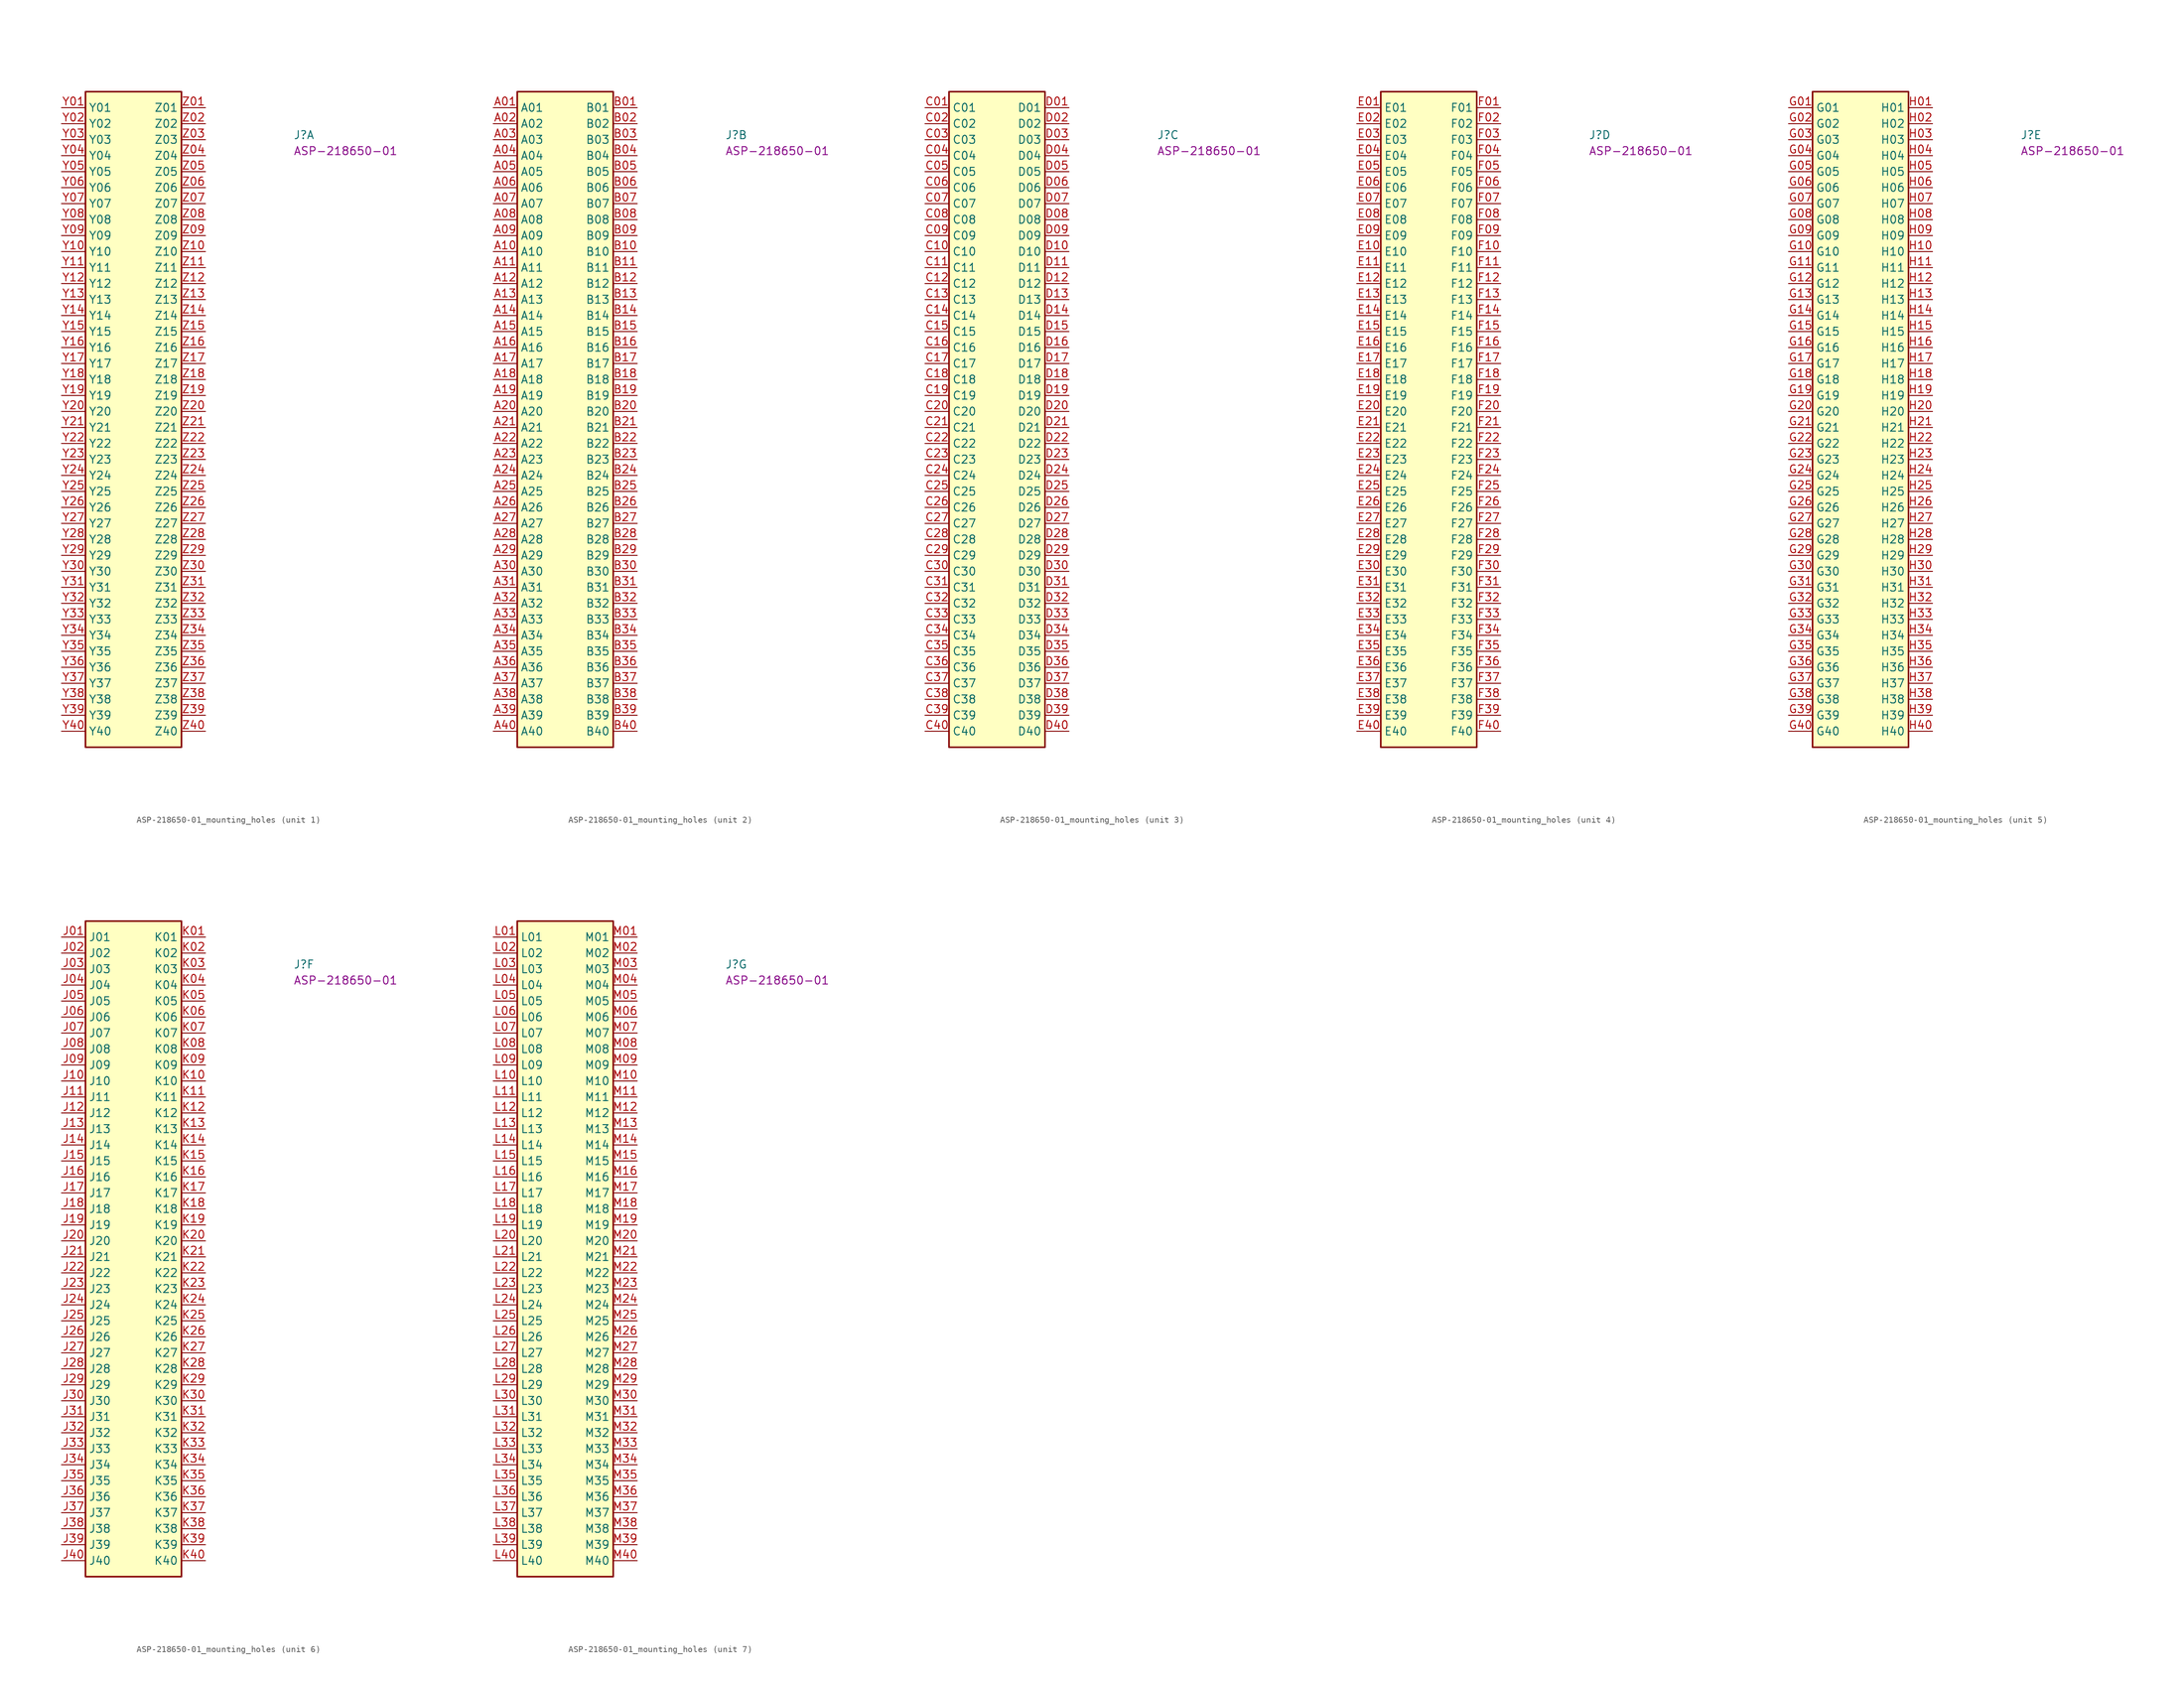
<source format=kicad_sym>
(kicad_symbol_lib
  (version 20220914)
  (generator kicad_symbol_editor)
  (symbol "ASP-218650-01_mounting_holes"
    (property "Reference" "J"
      (at 36.83 -5.08 0)
      (effects (font (size 1.27 1.27) (thickness 0.15)) (justify left bottom)))
    (property "MPN" "ASP-218650-01"
      (at 36.83 -7.62 0)
      (effects (font (size 1.27 1.27) (thickness 0.15)) (justify left bottom)))
    (property "ki_locked" ""
      (at 0 0 0)
      (effects (font (size 1.27 1.27))))
    (symbol "ASP-218650-01_mounting_holes_1_1"
      (rectangle (start 3.81 -101.6) (end 19.05 2.54) (stroke (width 0.254) (type default)) (fill (type background)))
      (pin passive line (at 0 0 0) (length 3.81) (name "Y01" (effects (font (size 1.27 1.27)))) (number "Y01" (effects (font (size 1.27 1.27)))))
      (pin passive line (at 0 -2.54 0) (length 3.81) (name "Y02" (effects (font (size 1.27 1.27)))) (number "Y02" (effects (font (size 1.27 1.27)))))
      (pin passive line (at 0 -5.08 0) (length 3.81) (name "Y03" (effects (font (size 1.27 1.27)))) (number "Y03" (effects (font (size 1.27 1.27)))))
      (pin passive line (at 0 -7.62 0) (length 3.81) (name "Y04" (effects (font (size 1.27 1.27)))) (number "Y04" (effects (font (size 1.27 1.27)))))
      (pin passive line (at 0 -10.16 0) (length 3.81) (name "Y05" (effects (font (size 1.27 1.27)))) (number "Y05" (effects (font (size 1.27 1.27)))))
      (pin passive line (at 0 -12.7 0) (length 3.81) (name "Y06" (effects (font (size 1.27 1.27)))) (number "Y06" (effects (font (size 1.27 1.27)))))
      (pin passive line (at 0 -15.24 0) (length 3.81) (name "Y07" (effects (font (size 1.27 1.27)))) (number "Y07" (effects (font (size 1.27 1.27)))))
      (pin passive line (at 0 -17.78 0) (length 3.81) (name "Y08" (effects (font (size 1.27 1.27)))) (number "Y08" (effects (font (size 1.27 1.27)))))
      (pin passive line (at 0 -20.32 0) (length 3.81) (name "Y09" (effects (font (size 1.27 1.27)))) (number "Y09" (effects (font (size 1.27 1.27)))))
      (pin passive line (at 0 -22.86 0) (length 3.81) (name "Y10" (effects (font (size 1.27 1.27)))) (number "Y10" (effects (font (size 1.27 1.27)))))
      (pin passive line (at 0 -25.4 0) (length 3.81) (name "Y11" (effects (font (size 1.27 1.27)))) (number "Y11" (effects (font (size 1.27 1.27)))))
      (pin passive line (at 0 -27.94 0) (length 3.81) (name "Y12" (effects (font (size 1.27 1.27)))) (number "Y12" (effects (font (size 1.27 1.27)))))
      (pin passive line (at 0 -30.48 0) (length 3.81) (name "Y13" (effects (font (size 1.27 1.27)))) (number "Y13" (effects (font (size 1.27 1.27)))))
      (pin passive line (at 0 -33.02 0) (length 3.81) (name "Y14" (effects (font (size 1.27 1.27)))) (number "Y14" (effects (font (size 1.27 1.27)))))
      (pin passive line (at 0 -35.56 0) (length 3.81) (name "Y15" (effects (font (size 1.27 1.27)))) (number "Y15" (effects (font (size 1.27 1.27)))))
      (pin passive line (at 0 -38.1 0) (length 3.81) (name "Y16" (effects (font (size 1.27 1.27)))) (number "Y16" (effects (font (size 1.27 1.27)))))
      (pin passive line (at 0 -40.64 0) (length 3.81) (name "Y17" (effects (font (size 1.27 1.27)))) (number "Y17" (effects (font (size 1.27 1.27)))))
      (pin passive line (at 0 -43.18 0) (length 3.81) (name "Y18" (effects (font (size 1.27 1.27)))) (number "Y18" (effects (font (size 1.27 1.27)))))
      (pin passive line (at 0 -45.72 0) (length 3.81) (name "Y19" (effects (font (size 1.27 1.27)))) (number "Y19" (effects (font (size 1.27 1.27)))))
      (pin passive line (at 0 -48.26 0) (length 3.81) (name "Y20" (effects (font (size 1.27 1.27)))) (number "Y20" (effects (font (size 1.27 1.27)))))
      (pin passive line (at 0 -50.8 0) (length 3.81) (name "Y21" (effects (font (size 1.27 1.27)))) (number "Y21" (effects (font (size 1.27 1.27)))))
      (pin passive line (at 0 -53.34 0) (length 3.81) (name "Y22" (effects (font (size 1.27 1.27)))) (number "Y22" (effects (font (size 1.27 1.27)))))
      (pin passive line (at 0 -55.88 0) (length 3.81) (name "Y23" (effects (font (size 1.27 1.27)))) (number "Y23" (effects (font (size 1.27 1.27)))))
      (pin passive line (at 0 -58.42 0) (length 3.81) (name "Y24" (effects (font (size 1.27 1.27)))) (number "Y24" (effects (font (size 1.27 1.27)))))
      (pin passive line (at 0 -60.96 0) (length 3.81) (name "Y25" (effects (font (size 1.27 1.27)))) (number "Y25" (effects (font (size 1.27 1.27)))))
      (pin passive line (at 0 -63.5 0) (length 3.81) (name "Y26" (effects (font (size 1.27 1.27)))) (number "Y26" (effects (font (size 1.27 1.27)))))
      (pin passive line (at 0 -66.04 0) (length 3.81) (name "Y27" (effects (font (size 1.27 1.27)))) (number "Y27" (effects (font (size 1.27 1.27)))))
      (pin passive line (at 0 -68.58 0) (length 3.81) (name "Y28" (effects (font (size 1.27 1.27)))) (number "Y28" (effects (font (size 1.27 1.27)))))
      (pin passive line (at 0 -71.12 0) (length 3.81) (name "Y29" (effects (font (size 1.27 1.27)))) (number "Y29" (effects (font (size 1.27 1.27)))))
      (pin passive line (at 0 -73.66 0) (length 3.81) (name "Y30" (effects (font (size 1.27 1.27)))) (number "Y30" (effects (font (size 1.27 1.27)))))
      (pin passive line (at 0 -76.2 0) (length 3.81) (name "Y31" (effects (font (size 1.27 1.27)))) (number "Y31" (effects (font (size 1.27 1.27)))))
      (pin passive line (at 0 -78.74 0) (length 3.81) (name "Y32" (effects (font (size 1.27 1.27)))) (number "Y32" (effects (font (size 1.27 1.27)))))
      (pin passive line (at 0 -81.28 0) (length 3.81) (name "Y33" (effects (font (size 1.27 1.27)))) (number "Y33" (effects (font (size 1.27 1.27)))))
      (pin passive line (at 0 -83.82 0) (length 3.81) (name "Y34" (effects (font (size 1.27 1.27)))) (number "Y34" (effects (font (size 1.27 1.27)))))
      (pin passive line (at 0 -86.36 0) (length 3.81) (name "Y35" (effects (font (size 1.27 1.27)))) (number "Y35" (effects (font (size 1.27 1.27)))))
      (pin passive line (at 0 -88.9 0) (length 3.81) (name "Y36" (effects (font (size 1.27 1.27)))) (number "Y36" (effects (font (size 1.27 1.27)))))
      (pin passive line (at 0 -91.44 0) (length 3.81) (name "Y37" (effects (font (size 1.27 1.27)))) (number "Y37" (effects (font (size 1.27 1.27)))))
      (pin passive line (at 0 -93.98 0) (length 3.81) (name "Y38" (effects (font (size 1.27 1.27)))) (number "Y38" (effects (font (size 1.27 1.27)))))
      (pin passive line (at 0 -96.52 0) (length 3.81) (name "Y39" (effects (font (size 1.27 1.27)))) (number "Y39" (effects (font (size 1.27 1.27)))))
      (pin passive line (at 0 -99.06 0) (length 3.81) (name "Y40" (effects (font (size 1.27 1.27)))) (number "Y40" (effects (font (size 1.27 1.27)))))
      (pin passive line (at 22.86 0 180) (length 3.81) (name "Z01" (effects (font (size 1.27 1.27)))) (number "Z01" (effects (font (size 1.27 1.27)))))
      (pin passive line (at 22.86 -2.54 180) (length 3.81) (name "Z02" (effects (font (size 1.27 1.27)))) (number "Z02" (effects (font (size 1.27 1.27)))))
      (pin passive line (at 22.86 -5.08 180) (length 3.81) (name "Z03" (effects (font (size 1.27 1.27)))) (number "Z03" (effects (font (size 1.27 1.27)))))
      (pin passive line (at 22.86 -7.62 180) (length 3.81) (name "Z04" (effects (font (size 1.27 1.27)))) (number "Z04" (effects (font (size 1.27 1.27)))))
      (pin passive line (at 22.86 -10.16 180) (length 3.81) (name "Z05" (effects (font (size 1.27 1.27)))) (number "Z05" (effects (font (size 1.27 1.27)))))
      (pin passive line (at 22.86 -12.7 180) (length 3.81) (name "Z06" (effects (font (size 1.27 1.27)))) (number "Z06" (effects (font (size 1.27 1.27)))))
      (pin passive line (at 22.86 -15.24 180) (length 3.81) (name "Z07" (effects (font (size 1.27 1.27)))) (number "Z07" (effects (font (size 1.27 1.27)))))
      (pin passive line (at 22.86 -17.78 180) (length 3.81) (name "Z08" (effects (font (size 1.27 1.27)))) (number "Z08" (effects (font (size 1.27 1.27)))))
      (pin passive line (at 22.86 -20.32 180) (length 3.81) (name "Z09" (effects (font (size 1.27 1.27)))) (number "Z09" (effects (font (size 1.27 1.27)))))
      (pin passive line (at 22.86 -22.86 180) (length 3.81) (name "Z10" (effects (font (size 1.27 1.27)))) (number "Z10" (effects (font (size 1.27 1.27)))))
      (pin passive line (at 22.86 -25.4 180) (length 3.81) (name "Z11" (effects (font (size 1.27 1.27)))) (number "Z11" (effects (font (size 1.27 1.27)))))
      (pin passive line (at 22.86 -27.94 180) (length 3.81) (name "Z12" (effects (font (size 1.27 1.27)))) (number "Z12" (effects (font (size 1.27 1.27)))))
      (pin passive line (at 22.86 -30.48 180) (length 3.81) (name "Z13" (effects (font (size 1.27 1.27)))) (number "Z13" (effects (font (size 1.27 1.27)))))
      (pin passive line (at 22.86 -33.02 180) (length 3.81) (name "Z14" (effects (font (size 1.27 1.27)))) (number "Z14" (effects (font (size 1.27 1.27)))))
      (pin passive line (at 22.86 -35.56 180) (length 3.81) (name "Z15" (effects (font (size 1.27 1.27)))) (number "Z15" (effects (font (size 1.27 1.27)))))
      (pin passive line (at 22.86 -38.1 180) (length 3.81) (name "Z16" (effects (font (size 1.27 1.27)))) (number "Z16" (effects (font (size 1.27 1.27)))))
      (pin passive line (at 22.86 -40.64 180) (length 3.81) (name "Z17" (effects (font (size 1.27 1.27)))) (number "Z17" (effects (font (size 1.27 1.27)))))
      (pin passive line (at 22.86 -43.18 180) (length 3.81) (name "Z18" (effects (font (size 1.27 1.27)))) (number "Z18" (effects (font (size 1.27 1.27)))))
      (pin passive line (at 22.86 -45.72 180) (length 3.81) (name "Z19" (effects (font (size 1.27 1.27)))) (number "Z19" (effects (font (size 1.27 1.27)))))
      (pin passive line (at 22.86 -48.26 180) (length 3.81) (name "Z20" (effects (font (size 1.27 1.27)))) (number "Z20" (effects (font (size 1.27 1.27)))))
      (pin passive line (at 22.86 -50.8 180) (length 3.81) (name "Z21" (effects (font (size 1.27 1.27)))) (number "Z21" (effects (font (size 1.27 1.27)))))
      (pin passive line (at 22.86 -53.34 180) (length 3.81) (name "Z22" (effects (font (size 1.27 1.27)))) (number "Z22" (effects (font (size 1.27 1.27)))))
      (pin passive line (at 22.86 -55.88 180) (length 3.81) (name "Z23" (effects (font (size 1.27 1.27)))) (number "Z23" (effects (font (size 1.27 1.27)))))
      (pin passive line (at 22.86 -58.42 180) (length 3.81) (name "Z24" (effects (font (size 1.27 1.27)))) (number "Z24" (effects (font (size 1.27 1.27)))))
      (pin passive line (at 22.86 -60.96 180) (length 3.81) (name "Z25" (effects (font (size 1.27 1.27)))) (number "Z25" (effects (font (size 1.27 1.27)))))
      (pin passive line (at 22.86 -63.5 180) (length 3.81) (name "Z26" (effects (font (size 1.27 1.27)))) (number "Z26" (effects (font (size 1.27 1.27)))))
      (pin passive line (at 22.86 -66.04 180) (length 3.81) (name "Z27" (effects (font (size 1.27 1.27)))) (number "Z27" (effects (font (size 1.27 1.27)))))
      (pin passive line (at 22.86 -68.58 180) (length 3.81) (name "Z28" (effects (font (size 1.27 1.27)))) (number "Z28" (effects (font (size 1.27 1.27)))))
      (pin passive line (at 22.86 -71.12 180) (length 3.81) (name "Z29" (effects (font (size 1.27 1.27)))) (number "Z29" (effects (font (size 1.27 1.27)))))
      (pin passive line (at 22.86 -73.66 180) (length 3.81) (name "Z30" (effects (font (size 1.27 1.27)))) (number "Z30" (effects (font (size 1.27 1.27)))))
      (pin passive line (at 22.86 -76.2 180) (length 3.81) (name "Z31" (effects (font (size 1.27 1.27)))) (number "Z31" (effects (font (size 1.27 1.27)))))
      (pin passive line (at 22.86 -78.74 180) (length 3.81) (name "Z32" (effects (font (size 1.27 1.27)))) (number "Z32" (effects (font (size 1.27 1.27)))))
      (pin passive line (at 22.86 -81.28 180) (length 3.81) (name "Z33" (effects (font (size 1.27 1.27)))) (number "Z33" (effects (font (size 1.27 1.27)))))
      (pin passive line (at 22.86 -83.82 180) (length 3.81) (name "Z34" (effects (font (size 1.27 1.27)))) (number "Z34" (effects (font (size 1.27 1.27)))))
      (pin passive line (at 22.86 -86.36 180) (length 3.81) (name "Z35" (effects (font (size 1.27 1.27)))) (number "Z35" (effects (font (size 1.27 1.27)))))
      (pin passive line (at 22.86 -88.9 180) (length 3.81) (name "Z36" (effects (font (size 1.27 1.27)))) (number "Z36" (effects (font (size 1.27 1.27)))))
      (pin passive line (at 22.86 -91.44 180) (length 3.81) (name "Z37" (effects (font (size 1.27 1.27)))) (number "Z37" (effects (font (size 1.27 1.27)))))
      (pin passive line (at 22.86 -93.98 180) (length 3.81) (name "Z38" (effects (font (size 1.27 1.27)))) (number "Z38" (effects (font (size 1.27 1.27)))))
      (pin passive line (at 22.86 -96.52 180) (length 3.81) (name "Z39" (effects (font (size 1.27 1.27)))) (number "Z39" (effects (font (size 1.27 1.27)))))
      (pin passive line (at 22.86 -99.06 180) (length 3.81) (name "Z40" (effects (font (size 1.27 1.27)))) (number "Z40" (effects (font (size 1.27 1.27))))))
    (symbol "ASP-218650-01_mounting_holes_2_1"
      (rectangle (start 3.81 -101.6) (end 19.05 2.54) (stroke (width 0.254) (type default)) (fill (type background)))
      (pin passive line (at 0 0 0) (length 3.81) (name "A01" (effects (font (size 1.27 1.27)))) (number "A01" (effects (font (size 1.27 1.27)))))
      (pin passive line (at 0 -2.54 0) (length 3.81) (name "A02" (effects (font (size 1.27 1.27)))) (number "A02" (effects (font (size 1.27 1.27)))))
      (pin passive line (at 0 -5.08 0) (length 3.81) (name "A03" (effects (font (size 1.27 1.27)))) (number "A03" (effects (font (size 1.27 1.27)))))
      (pin passive line (at 0 -7.62 0) (length 3.81) (name "A04" (effects (font (size 1.27 1.27)))) (number "A04" (effects (font (size 1.27 1.27)))))
      (pin passive line (at 0 -10.16 0) (length 3.81) (name "A05" (effects (font (size 1.27 1.27)))) (number "A05" (effects (font (size 1.27 1.27)))))
      (pin passive line (at 0 -12.7 0) (length 3.81) (name "A06" (effects (font (size 1.27 1.27)))) (number "A06" (effects (font (size 1.27 1.27)))))
      (pin passive line (at 0 -15.24 0) (length 3.81) (name "A07" (effects (font (size 1.27 1.27)))) (number "A07" (effects (font (size 1.27 1.27)))))
      (pin passive line (at 0 -17.78 0) (length 3.81) (name "A08" (effects (font (size 1.27 1.27)))) (number "A08" (effects (font (size 1.27 1.27)))))
      (pin passive line (at 0 -20.32 0) (length 3.81) (name "A09" (effects (font (size 1.27 1.27)))) (number "A09" (effects (font (size 1.27 1.27)))))
      (pin passive line (at 0 -22.86 0) (length 3.81) (name "A10" (effects (font (size 1.27 1.27)))) (number "A10" (effects (font (size 1.27 1.27)))))
      (pin passive line (at 0 -25.4 0) (length 3.81) (name "A11" (effects (font (size 1.27 1.27)))) (number "A11" (effects (font (size 1.27 1.27)))))
      (pin passive line (at 0 -27.94 0) (length 3.81) (name "A12" (effects (font (size 1.27 1.27)))) (number "A12" (effects (font (size 1.27 1.27)))))
      (pin passive line (at 0 -30.48 0) (length 3.81) (name "A13" (effects (font (size 1.27 1.27)))) (number "A13" (effects (font (size 1.27 1.27)))))
      (pin passive line (at 0 -33.02 0) (length 3.81) (name "A14" (effects (font (size 1.27 1.27)))) (number "A14" (effects (font (size 1.27 1.27)))))
      (pin passive line (at 0 -35.56 0) (length 3.81) (name "A15" (effects (font (size 1.27 1.27)))) (number "A15" (effects (font (size 1.27 1.27)))))
      (pin passive line (at 0 -38.1 0) (length 3.81) (name "A16" (effects (font (size 1.27 1.27)))) (number "A16" (effects (font (size 1.27 1.27)))))
      (pin passive line (at 0 -40.64 0) (length 3.81) (name "A17" (effects (font (size 1.27 1.27)))) (number "A17" (effects (font (size 1.27 1.27)))))
      (pin passive line (at 0 -43.18 0) (length 3.81) (name "A18" (effects (font (size 1.27 1.27)))) (number "A18" (effects (font (size 1.27 1.27)))))
      (pin passive line (at 0 -45.72 0) (length 3.81) (name "A19" (effects (font (size 1.27 1.27)))) (number "A19" (effects (font (size 1.27 1.27)))))
      (pin passive line (at 0 -48.26 0) (length 3.81) (name "A20" (effects (font (size 1.27 1.27)))) (number "A20" (effects (font (size 1.27 1.27)))))
      (pin passive line (at 0 -50.8 0) (length 3.81) (name "A21" (effects (font (size 1.27 1.27)))) (number "A21" (effects (font (size 1.27 1.27)))))
      (pin passive line (at 0 -53.34 0) (length 3.81) (name "A22" (effects (font (size 1.27 1.27)))) (number "A22" (effects (font (size 1.27 1.27)))))
      (pin passive line (at 0 -55.88 0) (length 3.81) (name "A23" (effects (font (size 1.27 1.27)))) (number "A23" (effects (font (size 1.27 1.27)))))
      (pin passive line (at 0 -58.42 0) (length 3.81) (name "A24" (effects (font (size 1.27 1.27)))) (number "A24" (effects (font (size 1.27 1.27)))))
      (pin passive line (at 0 -60.96 0) (length 3.81) (name "A25" (effects (font (size 1.27 1.27)))) (number "A25" (effects (font (size 1.27 1.27)))))
      (pin passive line (at 0 -63.5 0) (length 3.81) (name "A26" (effects (font (size 1.27 1.27)))) (number "A26" (effects (font (size 1.27 1.27)))))
      (pin passive line (at 0 -66.04 0) (length 3.81) (name "A27" (effects (font (size 1.27 1.27)))) (number "A27" (effects (font (size 1.27 1.27)))))
      (pin passive line (at 0 -68.58 0) (length 3.81) (name "A28" (effects (font (size 1.27 1.27)))) (number "A28" (effects (font (size 1.27 1.27)))))
      (pin passive line (at 0 -71.12 0) (length 3.81) (name "A29" (effects (font (size 1.27 1.27)))) (number "A29" (effects (font (size 1.27 1.27)))))
      (pin passive line (at 0 -73.66 0) (length 3.81) (name "A30" (effects (font (size 1.27 1.27)))) (number "A30" (effects (font (size 1.27 1.27)))))
      (pin passive line (at 0 -76.2 0) (length 3.81) (name "A31" (effects (font (size 1.27 1.27)))) (number "A31" (effects (font (size 1.27 1.27)))))
      (pin passive line (at 0 -78.74 0) (length 3.81) (name "A32" (effects (font (size 1.27 1.27)))) (number "A32" (effects (font (size 1.27 1.27)))))
      (pin passive line (at 0 -81.28 0) (length 3.81) (name "A33" (effects (font (size 1.27 1.27)))) (number "A33" (effects (font (size 1.27 1.27)))))
      (pin passive line (at 0 -83.82 0) (length 3.81) (name "A34" (effects (font (size 1.27 1.27)))) (number "A34" (effects (font (size 1.27 1.27)))))
      (pin passive line (at 0 -86.36 0) (length 3.81) (name "A35" (effects (font (size 1.27 1.27)))) (number "A35" (effects (font (size 1.27 1.27)))))
      (pin passive line (at 0 -88.9 0) (length 3.81) (name "A36" (effects (font (size 1.27 1.27)))) (number "A36" (effects (font (size 1.27 1.27)))))
      (pin passive line (at 0 -91.44 0) (length 3.81) (name "A37" (effects (font (size 1.27 1.27)))) (number "A37" (effects (font (size 1.27 1.27)))))
      (pin passive line (at 0 -93.98 0) (length 3.81) (name "A38" (effects (font (size 1.27 1.27)))) (number "A38" (effects (font (size 1.27 1.27)))))
      (pin passive line (at 0 -96.52 0) (length 3.81) (name "A39" (effects (font (size 1.27 1.27)))) (number "A39" (effects (font (size 1.27 1.27)))))
      (pin passive line (at 0 -99.06 0) (length 3.81) (name "A40" (effects (font (size 1.27 1.27)))) (number "A40" (effects (font (size 1.27 1.27)))))
      (pin passive line (at 22.86 0 180) (length 3.81) (name "B01" (effects (font (size 1.27 1.27)))) (number "B01" (effects (font (size 1.27 1.27)))))
      (pin passive line (at 22.86 -2.54 180) (length 3.81) (name "B02" (effects (font (size 1.27 1.27)))) (number "B02" (effects (font (size 1.27 1.27)))))
      (pin passive line (at 22.86 -5.08 180) (length 3.81) (name "B03" (effects (font (size 1.27 1.27)))) (number "B03" (effects (font (size 1.27 1.27)))))
      (pin passive line (at 22.86 -7.62 180) (length 3.81) (name "B04" (effects (font (size 1.27 1.27)))) (number "B04" (effects (font (size 1.27 1.27)))))
      (pin passive line (at 22.86 -10.16 180) (length 3.81) (name "B05" (effects (font (size 1.27 1.27)))) (number "B05" (effects (font (size 1.27 1.27)))))
      (pin passive line (at 22.86 -12.7 180) (length 3.81) (name "B06" (effects (font (size 1.27 1.27)))) (number "B06" (effects (font (size 1.27 1.27)))))
      (pin passive line (at 22.86 -15.24 180) (length 3.81) (name "B07" (effects (font (size 1.27 1.27)))) (number "B07" (effects (font (size 1.27 1.27)))))
      (pin passive line (at 22.86 -17.78 180) (length 3.81) (name "B08" (effects (font (size 1.27 1.27)))) (number "B08" (effects (font (size 1.27 1.27)))))
      (pin passive line (at 22.86 -20.32 180) (length 3.81) (name "B09" (effects (font (size 1.27 1.27)))) (number "B09" (effects (font (size 1.27 1.27)))))
      (pin passive line (at 22.86 -22.86 180) (length 3.81) (name "B10" (effects (font (size 1.27 1.27)))) (number "B10" (effects (font (size 1.27 1.27)))))
      (pin passive line (at 22.86 -25.4 180) (length 3.81) (name "B11" (effects (font (size 1.27 1.27)))) (number "B11" (effects (font (size 1.27 1.27)))))
      (pin passive line (at 22.86 -27.94 180) (length 3.81) (name "B12" (effects (font (size 1.27 1.27)))) (number "B12" (effects (font (size 1.27 1.27)))))
      (pin passive line (at 22.86 -30.48 180) (length 3.81) (name "B13" (effects (font (size 1.27 1.27)))) (number "B13" (effects (font (size 1.27 1.27)))))
      (pin passive line (at 22.86 -33.02 180) (length 3.81) (name "B14" (effects (font (size 1.27 1.27)))) (number "B14" (effects (font (size 1.27 1.27)))))
      (pin passive line (at 22.86 -35.56 180) (length 3.81) (name "B15" (effects (font (size 1.27 1.27)))) (number "B15" (effects (font (size 1.27 1.27)))))
      (pin passive line (at 22.86 -38.1 180) (length 3.81) (name "B16" (effects (font (size 1.27 1.27)))) (number "B16" (effects (font (size 1.27 1.27)))))
      (pin passive line (at 22.86 -40.64 180) (length 3.81) (name "B17" (effects (font (size 1.27 1.27)))) (number "B17" (effects (font (size 1.27 1.27)))))
      (pin passive line (at 22.86 -43.18 180) (length 3.81) (name "B18" (effects (font (size 1.27 1.27)))) (number "B18" (effects (font (size 1.27 1.27)))))
      (pin passive line (at 22.86 -45.72 180) (length 3.81) (name "B19" (effects (font (size 1.27 1.27)))) (number "B19" (effects (font (size 1.27 1.27)))))
      (pin passive line (at 22.86 -48.26 180) (length 3.81) (name "B20" (effects (font (size 1.27 1.27)))) (number "B20" (effects (font (size 1.27 1.27)))))
      (pin passive line (at 22.86 -50.8 180) (length 3.81) (name "B21" (effects (font (size 1.27 1.27)))) (number "B21" (effects (font (size 1.27 1.27)))))
      (pin passive line (at 22.86 -53.34 180) (length 3.81) (name "B22" (effects (font (size 1.27 1.27)))) (number "B22" (effects (font (size 1.27 1.27)))))
      (pin passive line (at 22.86 -55.88 180) (length 3.81) (name "B23" (effects (font (size 1.27 1.27)))) (number "B23" (effects (font (size 1.27 1.27)))))
      (pin passive line (at 22.86 -58.42 180) (length 3.81) (name "B24" (effects (font (size 1.27 1.27)))) (number "B24" (effects (font (size 1.27 1.27)))))
      (pin passive line (at 22.86 -60.96 180) (length 3.81) (name "B25" (effects (font (size 1.27 1.27)))) (number "B25" (effects (font (size 1.27 1.27)))))
      (pin passive line (at 22.86 -63.5 180) (length 3.81) (name "B26" (effects (font (size 1.27 1.27)))) (number "B26" (effects (font (size 1.27 1.27)))))
      (pin passive line (at 22.86 -66.04 180) (length 3.81) (name "B27" (effects (font (size 1.27 1.27)))) (number "B27" (effects (font (size 1.27 1.27)))))
      (pin passive line (at 22.86 -68.58 180) (length 3.81) (name "B28" (effects (font (size 1.27 1.27)))) (number "B28" (effects (font (size 1.27 1.27)))))
      (pin passive line (at 22.86 -71.12 180) (length 3.81) (name "B29" (effects (font (size 1.27 1.27)))) (number "B29" (effects (font (size 1.27 1.27)))))
      (pin passive line (at 22.86 -73.66 180) (length 3.81) (name "B30" (effects (font (size 1.27 1.27)))) (number "B30" (effects (font (size 1.27 1.27)))))
      (pin passive line (at 22.86 -76.2 180) (length 3.81) (name "B31" (effects (font (size 1.27 1.27)))) (number "B31" (effects (font (size 1.27 1.27)))))
      (pin passive line (at 22.86 -78.74 180) (length 3.81) (name "B32" (effects (font (size 1.27 1.27)))) (number "B32" (effects (font (size 1.27 1.27)))))
      (pin passive line (at 22.86 -81.28 180) (length 3.81) (name "B33" (effects (font (size 1.27 1.27)))) (number "B33" (effects (font (size 1.27 1.27)))))
      (pin passive line (at 22.86 -83.82 180) (length 3.81) (name "B34" (effects (font (size 1.27 1.27)))) (number "B34" (effects (font (size 1.27 1.27)))))
      (pin passive line (at 22.86 -86.36 180) (length 3.81) (name "B35" (effects (font (size 1.27 1.27)))) (number "B35" (effects (font (size 1.27 1.27)))))
      (pin passive line (at 22.86 -88.9 180) (length 3.81) (name "B36" (effects (font (size 1.27 1.27)))) (number "B36" (effects (font (size 1.27 1.27)))))
      (pin passive line (at 22.86 -91.44 180) (length 3.81) (name "B37" (effects (font (size 1.27 1.27)))) (number "B37" (effects (font (size 1.27 1.27)))))
      (pin passive line (at 22.86 -93.98 180) (length 3.81) (name "B38" (effects (font (size 1.27 1.27)))) (number "B38" (effects (font (size 1.27 1.27)))))
      (pin passive line (at 22.86 -96.52 180) (length 3.81) (name "B39" (effects (font (size 1.27 1.27)))) (number "B39" (effects (font (size 1.27 1.27)))))
      (pin passive line (at 22.86 -99.06 180) (length 3.81) (name "B40" (effects (font (size 1.27 1.27)))) (number "B40" (effects (font (size 1.27 1.27))))))
    (symbol "ASP-218650-01_mounting_holes_3_1"
      (rectangle (start 3.81 -101.6) (end 19.05 2.54) (stroke (width 0.254) (type default)) (fill (type background)))
      (pin passive line (at 0 0 0) (length 3.81) (name "C01" (effects (font (size 1.27 1.27)))) (number "C01" (effects (font (size 1.27 1.27)))))
      (pin passive line (at 0 -2.54 0) (length 3.81) (name "C02" (effects (font (size 1.27 1.27)))) (number "C02" (effects (font (size 1.27 1.27)))))
      (pin passive line (at 0 -5.08 0) (length 3.81) (name "C03" (effects (font (size 1.27 1.27)))) (number "C03" (effects (font (size 1.27 1.27)))))
      (pin passive line (at 0 -7.62 0) (length 3.81) (name "C04" (effects (font (size 1.27 1.27)))) (number "C04" (effects (font (size 1.27 1.27)))))
      (pin passive line (at 0 -10.16 0) (length 3.81) (name "C05" (effects (font (size 1.27 1.27)))) (number "C05" (effects (font (size 1.27 1.27)))))
      (pin passive line (at 0 -12.7 0) (length 3.81) (name "C06" (effects (font (size 1.27 1.27)))) (number "C06" (effects (font (size 1.27 1.27)))))
      (pin passive line (at 0 -15.24 0) (length 3.81) (name "C07" (effects (font (size 1.27 1.27)))) (number "C07" (effects (font (size 1.27 1.27)))))
      (pin passive line (at 0 -17.78 0) (length 3.81) (name "C08" (effects (font (size 1.27 1.27)))) (number "C08" (effects (font (size 1.27 1.27)))))
      (pin passive line (at 0 -20.32 0) (length 3.81) (name "C09" (effects (font (size 1.27 1.27)))) (number "C09" (effects (font (size 1.27 1.27)))))
      (pin passive line (at 0 -22.86 0) (length 3.81) (name "C10" (effects (font (size 1.27 1.27)))) (number "C10" (effects (font (size 1.27 1.27)))))
      (pin passive line (at 0 -25.4 0) (length 3.81) (name "C11" (effects (font (size 1.27 1.27)))) (number "C11" (effects (font (size 1.27 1.27)))))
      (pin passive line (at 0 -27.94 0) (length 3.81) (name "C12" (effects (font (size 1.27 1.27)))) (number "C12" (effects (font (size 1.27 1.27)))))
      (pin passive line (at 0 -30.48 0) (length 3.81) (name "C13" (effects (font (size 1.27 1.27)))) (number "C13" (effects (font (size 1.27 1.27)))))
      (pin passive line (at 0 -33.02 0) (length 3.81) (name "C14" (effects (font (size 1.27 1.27)))) (number "C14" (effects (font (size 1.27 1.27)))))
      (pin passive line (at 0 -35.56 0) (length 3.81) (name "C15" (effects (font (size 1.27 1.27)))) (number "C15" (effects (font (size 1.27 1.27)))))
      (pin passive line (at 0 -38.1 0) (length 3.81) (name "C16" (effects (font (size 1.27 1.27)))) (number "C16" (effects (font (size 1.27 1.27)))))
      (pin passive line (at 0 -40.64 0) (length 3.81) (name "C17" (effects (font (size 1.27 1.27)))) (number "C17" (effects (font (size 1.27 1.27)))))
      (pin passive line (at 0 -43.18 0) (length 3.81) (name "C18" (effects (font (size 1.27 1.27)))) (number "C18" (effects (font (size 1.27 1.27)))))
      (pin passive line (at 0 -45.72 0) (length 3.81) (name "C19" (effects (font (size 1.27 1.27)))) (number "C19" (effects (font (size 1.27 1.27)))))
      (pin passive line (at 0 -48.26 0) (length 3.81) (name "C20" (effects (font (size 1.27 1.27)))) (number "C20" (effects (font (size 1.27 1.27)))))
      (pin passive line (at 0 -50.8 0) (length 3.81) (name "C21" (effects (font (size 1.27 1.27)))) (number "C21" (effects (font (size 1.27 1.27)))))
      (pin passive line (at 0 -53.34 0) (length 3.81) (name "C22" (effects (font (size 1.27 1.27)))) (number "C22" (effects (font (size 1.27 1.27)))))
      (pin passive line (at 0 -55.88 0) (length 3.81) (name "C23" (effects (font (size 1.27 1.27)))) (number "C23" (effects (font (size 1.27 1.27)))))
      (pin passive line (at 0 -58.42 0) (length 3.81) (name "C24" (effects (font (size 1.27 1.27)))) (number "C24" (effects (font (size 1.27 1.27)))))
      (pin passive line (at 0 -60.96 0) (length 3.81) (name "C25" (effects (font (size 1.27 1.27)))) (number "C25" (effects (font (size 1.27 1.27)))))
      (pin passive line (at 0 -63.5 0) (length 3.81) (name "C26" (effects (font (size 1.27 1.27)))) (number "C26" (effects (font (size 1.27 1.27)))))
      (pin passive line (at 0 -66.04 0) (length 3.81) (name "C27" (effects (font (size 1.27 1.27)))) (number "C27" (effects (font (size 1.27 1.27)))))
      (pin passive line (at 0 -68.58 0) (length 3.81) (name "C28" (effects (font (size 1.27 1.27)))) (number "C28" (effects (font (size 1.27 1.27)))))
      (pin passive line (at 0 -71.12 0) (length 3.81) (name "C29" (effects (font (size 1.27 1.27)))) (number "C29" (effects (font (size 1.27 1.27)))))
      (pin passive line (at 0 -73.66 0) (length 3.81) (name "C30" (effects (font (size 1.27 1.27)))) (number "C30" (effects (font (size 1.27 1.27)))))
      (pin passive line (at 0 -76.2 0) (length 3.81) (name "C31" (effects (font (size 1.27 1.27)))) (number "C31" (effects (font (size 1.27 1.27)))))
      (pin passive line (at 0 -78.74 0) (length 3.81) (name "C32" (effects (font (size 1.27 1.27)))) (number "C32" (effects (font (size 1.27 1.27)))))
      (pin passive line (at 0 -81.28 0) (length 3.81) (name "C33" (effects (font (size 1.27 1.27)))) (number "C33" (effects (font (size 1.27 1.27)))))
      (pin passive line (at 0 -83.82 0) (length 3.81) (name "C34" (effects (font (size 1.27 1.27)))) (number "C34" (effects (font (size 1.27 1.27)))))
      (pin passive line (at 0 -86.36 0) (length 3.81) (name "C35" (effects (font (size 1.27 1.27)))) (number "C35" (effects (font (size 1.27 1.27)))))
      (pin passive line (at 0 -88.9 0) (length 3.81) (name "C36" (effects (font (size 1.27 1.27)))) (number "C36" (effects (font (size 1.27 1.27)))))
      (pin passive line (at 0 -91.44 0) (length 3.81) (name "C37" (effects (font (size 1.27 1.27)))) (number "C37" (effects (font (size 1.27 1.27)))))
      (pin passive line (at 0 -93.98 0) (length 3.81) (name "C38" (effects (font (size 1.27 1.27)))) (number "C38" (effects (font (size 1.27 1.27)))))
      (pin passive line (at 0 -96.52 0) (length 3.81) (name "C39" (effects (font (size 1.27 1.27)))) (number "C39" (effects (font (size 1.27 1.27)))))
      (pin passive line (at 0 -99.06 0) (length 3.81) (name "C40" (effects (font (size 1.27 1.27)))) (number "C40" (effects (font (size 1.27 1.27)))))
      (pin passive line (at 22.86 0 180) (length 3.81) (name "D01" (effects (font (size 1.27 1.27)))) (number "D01" (effects (font (size 1.27 1.27)))))
      (pin passive line (at 22.86 -2.54 180) (length 3.81) (name "D02" (effects (font (size 1.27 1.27)))) (number "D02" (effects (font (size 1.27 1.27)))))
      (pin passive line (at 22.86 -5.08 180) (length 3.81) (name "D03" (effects (font (size 1.27 1.27)))) (number "D03" (effects (font (size 1.27 1.27)))))
      (pin passive line (at 22.86 -7.62 180) (length 3.81) (name "D04" (effects (font (size 1.27 1.27)))) (number "D04" (effects (font (size 1.27 1.27)))))
      (pin passive line (at 22.86 -10.16 180) (length 3.81) (name "D05" (effects (font (size 1.27 1.27)))) (number "D05" (effects (font (size 1.27 1.27)))))
      (pin passive line (at 22.86 -12.7 180) (length 3.81) (name "D06" (effects (font (size 1.27 1.27)))) (number "D06" (effects (font (size 1.27 1.27)))))
      (pin passive line (at 22.86 -15.24 180) (length 3.81) (name "D07" (effects (font (size 1.27 1.27)))) (number "D07" (effects (font (size 1.27 1.27)))))
      (pin passive line (at 22.86 -17.78 180) (length 3.81) (name "D08" (effects (font (size 1.27 1.27)))) (number "D08" (effects (font (size 1.27 1.27)))))
      (pin passive line (at 22.86 -20.32 180) (length 3.81) (name "D09" (effects (font (size 1.27 1.27)))) (number "D09" (effects (font (size 1.27 1.27)))))
      (pin passive line (at 22.86 -22.86 180) (length 3.81) (name "D10" (effects (font (size 1.27 1.27)))) (number "D10" (effects (font (size 1.27 1.27)))))
      (pin passive line (at 22.86 -25.4 180) (length 3.81) (name "D11" (effects (font (size 1.27 1.27)))) (number "D11" (effects (font (size 1.27 1.27)))))
      (pin passive line (at 22.86 -27.94 180) (length 3.81) (name "D12" (effects (font (size 1.27 1.27)))) (number "D12" (effects (font (size 1.27 1.27)))))
      (pin passive line (at 22.86 -30.48 180) (length 3.81) (name "D13" (effects (font (size 1.27 1.27)))) (number "D13" (effects (font (size 1.27 1.27)))))
      (pin passive line (at 22.86 -33.02 180) (length 3.81) (name "D14" (effects (font (size 1.27 1.27)))) (number "D14" (effects (font (size 1.27 1.27)))))
      (pin passive line (at 22.86 -35.56 180) (length 3.81) (name "D15" (effects (font (size 1.27 1.27)))) (number "D15" (effects (font (size 1.27 1.27)))))
      (pin passive line (at 22.86 -38.1 180) (length 3.81) (name "D16" (effects (font (size 1.27 1.27)))) (number "D16" (effects (font (size 1.27 1.27)))))
      (pin passive line (at 22.86 -40.64 180) (length 3.81) (name "D17" (effects (font (size 1.27 1.27)))) (number "D17" (effects (font (size 1.27 1.27)))))
      (pin passive line (at 22.86 -43.18 180) (length 3.81) (name "D18" (effects (font (size 1.27 1.27)))) (number "D18" (effects (font (size 1.27 1.27)))))
      (pin passive line (at 22.86 -45.72 180) (length 3.81) (name "D19" (effects (font (size 1.27 1.27)))) (number "D19" (effects (font (size 1.27 1.27)))))
      (pin passive line (at 22.86 -48.26 180) (length 3.81) (name "D20" (effects (font (size 1.27 1.27)))) (number "D20" (effects (font (size 1.27 1.27)))))
      (pin passive line (at 22.86 -50.8 180) (length 3.81) (name "D21" (effects (font (size 1.27 1.27)))) (number "D21" (effects (font (size 1.27 1.27)))))
      (pin passive line (at 22.86 -53.34 180) (length 3.81) (name "D22" (effects (font (size 1.27 1.27)))) (number "D22" (effects (font (size 1.27 1.27)))))
      (pin passive line (at 22.86 -55.88 180) (length 3.81) (name "D23" (effects (font (size 1.27 1.27)))) (number "D23" (effects (font (size 1.27 1.27)))))
      (pin passive line (at 22.86 -58.42 180) (length 3.81) (name "D24" (effects (font (size 1.27 1.27)))) (number "D24" (effects (font (size 1.27 1.27)))))
      (pin passive line (at 22.86 -60.96 180) (length 3.81) (name "D25" (effects (font (size 1.27 1.27)))) (number "D25" (effects (font (size 1.27 1.27)))))
      (pin passive line (at 22.86 -63.5 180) (length 3.81) (name "D26" (effects (font (size 1.27 1.27)))) (number "D26" (effects (font (size 1.27 1.27)))))
      (pin passive line (at 22.86 -66.04 180) (length 3.81) (name "D27" (effects (font (size 1.27 1.27)))) (number "D27" (effects (font (size 1.27 1.27)))))
      (pin passive line (at 22.86 -68.58 180) (length 3.81) (name "D28" (effects (font (size 1.27 1.27)))) (number "D28" (effects (font (size 1.27 1.27)))))
      (pin passive line (at 22.86 -71.12 180) (length 3.81) (name "D29" (effects (font (size 1.27 1.27)))) (number "D29" (effects (font (size 1.27 1.27)))))
      (pin passive line (at 22.86 -73.66 180) (length 3.81) (name "D30" (effects (font (size 1.27 1.27)))) (number "D30" (effects (font (size 1.27 1.27)))))
      (pin passive line (at 22.86 -76.2 180) (length 3.81) (name "D31" (effects (font (size 1.27 1.27)))) (number "D31" (effects (font (size 1.27 1.27)))))
      (pin passive line (at 22.86 -78.74 180) (length 3.81) (name "D32" (effects (font (size 1.27 1.27)))) (number "D32" (effects (font (size 1.27 1.27)))))
      (pin passive line (at 22.86 -81.28 180) (length 3.81) (name "D33" (effects (font (size 1.27 1.27)))) (number "D33" (effects (font (size 1.27 1.27)))))
      (pin passive line (at 22.86 -83.82 180) (length 3.81) (name "D34" (effects (font (size 1.27 1.27)))) (number "D34" (effects (font (size 1.27 1.27)))))
      (pin passive line (at 22.86 -86.36 180) (length 3.81) (name "D35" (effects (font (size 1.27 1.27)))) (number "D35" (effects (font (size 1.27 1.27)))))
      (pin passive line (at 22.86 -88.9 180) (length 3.81) (name "D36" (effects (font (size 1.27 1.27)))) (number "D36" (effects (font (size 1.27 1.27)))))
      (pin passive line (at 22.86 -91.44 180) (length 3.81) (name "D37" (effects (font (size 1.27 1.27)))) (number "D37" (effects (font (size 1.27 1.27)))))
      (pin passive line (at 22.86 -93.98 180) (length 3.81) (name "D38" (effects (font (size 1.27 1.27)))) (number "D38" (effects (font (size 1.27 1.27)))))
      (pin passive line (at 22.86 -96.52 180) (length 3.81) (name "D39" (effects (font (size 1.27 1.27)))) (number "D39" (effects (font (size 1.27 1.27)))))
      (pin passive line (at 22.86 -99.06 180) (length 3.81) (name "D40" (effects (font (size 1.27 1.27)))) (number "D40" (effects (font (size 1.27 1.27))))))
    (symbol "ASP-218650-01_mounting_holes_4_1"
      (rectangle (start 3.81 -101.6) (end 19.05 2.54) (stroke (width 0.254) (type default)) (fill (type background)))
      (pin passive line (at 0 0 0) (length 3.81) (name "E01" (effects (font (size 1.27 1.27)))) (number "E01" (effects (font (size 1.27 1.27)))))
      (pin passive line (at 0 -2.54 0) (length 3.81) (name "E02" (effects (font (size 1.27 1.27)))) (number "E02" (effects (font (size 1.27 1.27)))))
      (pin passive line (at 0 -5.08 0) (length 3.81) (name "E03" (effects (font (size 1.27 1.27)))) (number "E03" (effects (font (size 1.27 1.27)))))
      (pin passive line (at 0 -7.62 0) (length 3.81) (name "E04" (effects (font (size 1.27 1.27)))) (number "E04" (effects (font (size 1.27 1.27)))))
      (pin passive line (at 0 -10.16 0) (length 3.81) (name "E05" (effects (font (size 1.27 1.27)))) (number "E05" (effects (font (size 1.27 1.27)))))
      (pin passive line (at 0 -12.7 0) (length 3.81) (name "E06" (effects (font (size 1.27 1.27)))) (number "E06" (effects (font (size 1.27 1.27)))))
      (pin passive line (at 0 -15.24 0) (length 3.81) (name "E07" (effects (font (size 1.27 1.27)))) (number "E07" (effects (font (size 1.27 1.27)))))
      (pin passive line (at 0 -17.78 0) (length 3.81) (name "E08" (effects (font (size 1.27 1.27)))) (number "E08" (effects (font (size 1.27 1.27)))))
      (pin passive line (at 0 -20.32 0) (length 3.81) (name "E09" (effects (font (size 1.27 1.27)))) (number "E09" (effects (font (size 1.27 1.27)))))
      (pin passive line (at 0 -22.86 0) (length 3.81) (name "E10" (effects (font (size 1.27 1.27)))) (number "E10" (effects (font (size 1.27 1.27)))))
      (pin passive line (at 0 -25.4 0) (length 3.81) (name "E11" (effects (font (size 1.27 1.27)))) (number "E11" (effects (font (size 1.27 1.27)))))
      (pin passive line (at 0 -27.94 0) (length 3.81) (name "E12" (effects (font (size 1.27 1.27)))) (number "E12" (effects (font (size 1.27 1.27)))))
      (pin passive line (at 0 -30.48 0) (length 3.81) (name "E13" (effects (font (size 1.27 1.27)))) (number "E13" (effects (font (size 1.27 1.27)))))
      (pin passive line (at 0 -33.02 0) (length 3.81) (name "E14" (effects (font (size 1.27 1.27)))) (number "E14" (effects (font (size 1.27 1.27)))))
      (pin passive line (at 0 -35.56 0) (length 3.81) (name "E15" (effects (font (size 1.27 1.27)))) (number "E15" (effects (font (size 1.27 1.27)))))
      (pin passive line (at 0 -38.1 0) (length 3.81) (name "E16" (effects (font (size 1.27 1.27)))) (number "E16" (effects (font (size 1.27 1.27)))))
      (pin passive line (at 0 -40.64 0) (length 3.81) (name "E17" (effects (font (size 1.27 1.27)))) (number "E17" (effects (font (size 1.27 1.27)))))
      (pin passive line (at 0 -43.18 0) (length 3.81) (name "E18" (effects (font (size 1.27 1.27)))) (number "E18" (effects (font (size 1.27 1.27)))))
      (pin passive line (at 0 -45.72 0) (length 3.81) (name "E19" (effects (font (size 1.27 1.27)))) (number "E19" (effects (font (size 1.27 1.27)))))
      (pin passive line (at 0 -48.26 0) (length 3.81) (name "E20" (effects (font (size 1.27 1.27)))) (number "E20" (effects (font (size 1.27 1.27)))))
      (pin passive line (at 0 -50.8 0) (length 3.81) (name "E21" (effects (font (size 1.27 1.27)))) (number "E21" (effects (font (size 1.27 1.27)))))
      (pin passive line (at 0 -53.34 0) (length 3.81) (name "E22" (effects (font (size 1.27 1.27)))) (number "E22" (effects (font (size 1.27 1.27)))))
      (pin passive line (at 0 -55.88 0) (length 3.81) (name "E23" (effects (font (size 1.27 1.27)))) (number "E23" (effects (font (size 1.27 1.27)))))
      (pin passive line (at 0 -58.42 0) (length 3.81) (name "E24" (effects (font (size 1.27 1.27)))) (number "E24" (effects (font (size 1.27 1.27)))))
      (pin passive line (at 0 -60.96 0) (length 3.81) (name "E25" (effects (font (size 1.27 1.27)))) (number "E25" (effects (font (size 1.27 1.27)))))
      (pin passive line (at 0 -63.5 0) (length 3.81) (name "E26" (effects (font (size 1.27 1.27)))) (number "E26" (effects (font (size 1.27 1.27)))))
      (pin passive line (at 0 -66.04 0) (length 3.81) (name "E27" (effects (font (size 1.27 1.27)))) (number "E27" (effects (font (size 1.27 1.27)))))
      (pin passive line (at 0 -68.58 0) (length 3.81) (name "E28" (effects (font (size 1.27 1.27)))) (number "E28" (effects (font (size 1.27 1.27)))))
      (pin passive line (at 0 -71.12 0) (length 3.81) (name "E29" (effects (font (size 1.27 1.27)))) (number "E29" (effects (font (size 1.27 1.27)))))
      (pin passive line (at 0 -73.66 0) (length 3.81) (name "E30" (effects (font (size 1.27 1.27)))) (number "E30" (effects (font (size 1.27 1.27)))))
      (pin passive line (at 0 -76.2 0) (length 3.81) (name "E31" (effects (font (size 1.27 1.27)))) (number "E31" (effects (font (size 1.27 1.27)))))
      (pin passive line (at 0 -78.74 0) (length 3.81) (name "E32" (effects (font (size 1.27 1.27)))) (number "E32" (effects (font (size 1.27 1.27)))))
      (pin passive line (at 0 -81.28 0) (length 3.81) (name "E33" (effects (font (size 1.27 1.27)))) (number "E33" (effects (font (size 1.27 1.27)))))
      (pin passive line (at 0 -83.82 0) (length 3.81) (name "E34" (effects (font (size 1.27 1.27)))) (number "E34" (effects (font (size 1.27 1.27)))))
      (pin passive line (at 0 -86.36 0) (length 3.81) (name "E35" (effects (font (size 1.27 1.27)))) (number "E35" (effects (font (size 1.27 1.27)))))
      (pin passive line (at 0 -88.9 0) (length 3.81) (name "E36" (effects (font (size 1.27 1.27)))) (number "E36" (effects (font (size 1.27 1.27)))))
      (pin passive line (at 0 -91.44 0) (length 3.81) (name "E37" (effects (font (size 1.27 1.27)))) (number "E37" (effects (font (size 1.27 1.27)))))
      (pin passive line (at 0 -93.98 0) (length 3.81) (name "E38" (effects (font (size 1.27 1.27)))) (number "E38" (effects (font (size 1.27 1.27)))))
      (pin passive line (at 0 -96.52 0) (length 3.81) (name "E39" (effects (font (size 1.27 1.27)))) (number "E39" (effects (font (size 1.27 1.27)))))
      (pin passive line (at 0 -99.06 0) (length 3.81) (name "E40" (effects (font (size 1.27 1.27)))) (number "E40" (effects (font (size 1.27 1.27)))))
      (pin passive line (at 22.86 0 180) (length 3.81) (name "F01" (effects (font (size 1.27 1.27)))) (number "F01" (effects (font (size 1.27 1.27)))))
      (pin passive line (at 22.86 -2.54 180) (length 3.81) (name "F02" (effects (font (size 1.27 1.27)))) (number "F02" (effects (font (size 1.27 1.27)))))
      (pin passive line (at 22.86 -5.08 180) (length 3.81) (name "F03" (effects (font (size 1.27 1.27)))) (number "F03" (effects (font (size 1.27 1.27)))))
      (pin passive line (at 22.86 -7.62 180) (length 3.81) (name "F04" (effects (font (size 1.27 1.27)))) (number "F04" (effects (font (size 1.27 1.27)))))
      (pin passive line (at 22.86 -10.16 180) (length 3.81) (name "F05" (effects (font (size 1.27 1.27)))) (number "F05" (effects (font (size 1.27 1.27)))))
      (pin passive line (at 22.86 -12.7 180) (length 3.81) (name "F06" (effects (font (size 1.27 1.27)))) (number "F06" (effects (font (size 1.27 1.27)))))
      (pin passive line (at 22.86 -15.24 180) (length 3.81) (name "F07" (effects (font (size 1.27 1.27)))) (number "F07" (effects (font (size 1.27 1.27)))))
      (pin passive line (at 22.86 -17.78 180) (length 3.81) (name "F08" (effects (font (size 1.27 1.27)))) (number "F08" (effects (font (size 1.27 1.27)))))
      (pin passive line (at 22.86 -20.32 180) (length 3.81) (name "F09" (effects (font (size 1.27 1.27)))) (number "F09" (effects (font (size 1.27 1.27)))))
      (pin passive line (at 22.86 -22.86 180) (length 3.81) (name "F10" (effects (font (size 1.27 1.27)))) (number "F10" (effects (font (size 1.27 1.27)))))
      (pin passive line (at 22.86 -25.4 180) (length 3.81) (name "F11" (effects (font (size 1.27 1.27)))) (number "F11" (effects (font (size 1.27 1.27)))))
      (pin passive line (at 22.86 -27.94 180) (length 3.81) (name "F12" (effects (font (size 1.27 1.27)))) (number "F12" (effects (font (size 1.27 1.27)))))
      (pin passive line (at 22.86 -30.48 180) (length 3.81) (name "F13" (effects (font (size 1.27 1.27)))) (number "F13" (effects (font (size 1.27 1.27)))))
      (pin passive line (at 22.86 -33.02 180) (length 3.81) (name "F14" (effects (font (size 1.27 1.27)))) (number "F14" (effects (font (size 1.27 1.27)))))
      (pin passive line (at 22.86 -35.56 180) (length 3.81) (name "F15" (effects (font (size 1.27 1.27)))) (number "F15" (effects (font (size 1.27 1.27)))))
      (pin passive line (at 22.86 -38.1 180) (length 3.81) (name "F16" (effects (font (size 1.27 1.27)))) (number "F16" (effects (font (size 1.27 1.27)))))
      (pin passive line (at 22.86 -40.64 180) (length 3.81) (name "F17" (effects (font (size 1.27 1.27)))) (number "F17" (effects (font (size 1.27 1.27)))))
      (pin passive line (at 22.86 -43.18 180) (length 3.81) (name "F18" (effects (font (size 1.27 1.27)))) (number "F18" (effects (font (size 1.27 1.27)))))
      (pin passive line (at 22.86 -45.72 180) (length 3.81) (name "F19" (effects (font (size 1.27 1.27)))) (number "F19" (effects (font (size 1.27 1.27)))))
      (pin passive line (at 22.86 -48.26 180) (length 3.81) (name "F20" (effects (font (size 1.27 1.27)))) (number "F20" (effects (font (size 1.27 1.27)))))
      (pin passive line (at 22.86 -50.8 180) (length 3.81) (name "F21" (effects (font (size 1.27 1.27)))) (number "F21" (effects (font (size 1.27 1.27)))))
      (pin passive line (at 22.86 -53.34 180) (length 3.81) (name "F22" (effects (font (size 1.27 1.27)))) (number "F22" (effects (font (size 1.27 1.27)))))
      (pin passive line (at 22.86 -55.88 180) (length 3.81) (name "F23" (effects (font (size 1.27 1.27)))) (number "F23" (effects (font (size 1.27 1.27)))))
      (pin passive line (at 22.86 -58.42 180) (length 3.81) (name "F24" (effects (font (size 1.27 1.27)))) (number "F24" (effects (font (size 1.27 1.27)))))
      (pin passive line (at 22.86 -60.96 180) (length 3.81) (name "F25" (effects (font (size 1.27 1.27)))) (number "F25" (effects (font (size 1.27 1.27)))))
      (pin passive line (at 22.86 -63.5 180) (length 3.81) (name "F26" (effects (font (size 1.27 1.27)))) (number "F26" (effects (font (size 1.27 1.27)))))
      (pin passive line (at 22.86 -66.04 180) (length 3.81) (name "F27" (effects (font (size 1.27 1.27)))) (number "F27" (effects (font (size 1.27 1.27)))))
      (pin passive line (at 22.86 -68.58 180) (length 3.81) (name "F28" (effects (font (size 1.27 1.27)))) (number "F28" (effects (font (size 1.27 1.27)))))
      (pin passive line (at 22.86 -71.12 180) (length 3.81) (name "F29" (effects (font (size 1.27 1.27)))) (number "F29" (effects (font (size 1.27 1.27)))))
      (pin passive line (at 22.86 -73.66 180) (length 3.81) (name "F30" (effects (font (size 1.27 1.27)))) (number "F30" (effects (font (size 1.27 1.27)))))
      (pin passive line (at 22.86 -76.2 180) (length 3.81) (name "F31" (effects (font (size 1.27 1.27)))) (number "F31" (effects (font (size 1.27 1.27)))))
      (pin passive line (at 22.86 -78.74 180) (length 3.81) (name "F32" (effects (font (size 1.27 1.27)))) (number "F32" (effects (font (size 1.27 1.27)))))
      (pin passive line (at 22.86 -81.28 180) (length 3.81) (name "F33" (effects (font (size 1.27 1.27)))) (number "F33" (effects (font (size 1.27 1.27)))))
      (pin passive line (at 22.86 -83.82 180) (length 3.81) (name "F34" (effects (font (size 1.27 1.27)))) (number "F34" (effects (font (size 1.27 1.27)))))
      (pin passive line (at 22.86 -86.36 180) (length 3.81) (name "F35" (effects (font (size 1.27 1.27)))) (number "F35" (effects (font (size 1.27 1.27)))))
      (pin passive line (at 22.86 -88.9 180) (length 3.81) (name "F36" (effects (font (size 1.27 1.27)))) (number "F36" (effects (font (size 1.27 1.27)))))
      (pin passive line (at 22.86 -91.44 180) (length 3.81) (name "F37" (effects (font (size 1.27 1.27)))) (number "F37" (effects (font (size 1.27 1.27)))))
      (pin passive line (at 22.86 -93.98 180) (length 3.81) (name "F38" (effects (font (size 1.27 1.27)))) (number "F38" (effects (font (size 1.27 1.27)))))
      (pin passive line (at 22.86 -96.52 180) (length 3.81) (name "F39" (effects (font (size 1.27 1.27)))) (number "F39" (effects (font (size 1.27 1.27)))))
      (pin passive line (at 22.86 -99.06 180) (length 3.81) (name "F40" (effects (font (size 1.27 1.27)))) (number "F40" (effects (font (size 1.27 1.27))))))
    (symbol "ASP-218650-01_mounting_holes_5_1"
      (rectangle (start 3.81 -101.6) (end 19.05 2.54) (stroke (width 0.254) (type default)) (fill (type background)))
      (pin passive line (at 0 0 0) (length 3.81) (name "G01" (effects (font (size 1.27 1.27)))) (number "G01" (effects (font (size 1.27 1.27)))))
      (pin passive line (at 0 -2.54 0) (length 3.81) (name "G02" (effects (font (size 1.27 1.27)))) (number "G02" (effects (font (size 1.27 1.27)))))
      (pin passive line (at 0 -5.08 0) (length 3.81) (name "G03" (effects (font (size 1.27 1.27)))) (number "G03" (effects (font (size 1.27 1.27)))))
      (pin passive line (at 0 -7.62 0) (length 3.81) (name "G04" (effects (font (size 1.27 1.27)))) (number "G04" (effects (font (size 1.27 1.27)))))
      (pin passive line (at 0 -10.16 0) (length 3.81) (name "G05" (effects (font (size 1.27 1.27)))) (number "G05" (effects (font (size 1.27 1.27)))))
      (pin passive line (at 0 -12.7 0) (length 3.81) (name "G06" (effects (font (size 1.27 1.27)))) (number "G06" (effects (font (size 1.27 1.27)))))
      (pin passive line (at 0 -15.24 0) (length 3.81) (name "G07" (effects (font (size 1.27 1.27)))) (number "G07" (effects (font (size 1.27 1.27)))))
      (pin passive line (at 0 -17.78 0) (length 3.81) (name "G08" (effects (font (size 1.27 1.27)))) (number "G08" (effects (font (size 1.27 1.27)))))
      (pin passive line (at 0 -20.32 0) (length 3.81) (name "G09" (effects (font (size 1.27 1.27)))) (number "G09" (effects (font (size 1.27 1.27)))))
      (pin passive line (at 0 -22.86 0) (length 3.81) (name "G10" (effects (font (size 1.27 1.27)))) (number "G10" (effects (font (size 1.27 1.27)))))
      (pin passive line (at 0 -25.4 0) (length 3.81) (name "G11" (effects (font (size 1.27 1.27)))) (number "G11" (effects (font (size 1.27 1.27)))))
      (pin passive line (at 0 -27.94 0) (length 3.81) (name "G12" (effects (font (size 1.27 1.27)))) (number "G12" (effects (font (size 1.27 1.27)))))
      (pin passive line (at 0 -30.48 0) (length 3.81) (name "G13" (effects (font (size 1.27 1.27)))) (number "G13" (effects (font (size 1.27 1.27)))))
      (pin passive line (at 0 -33.02 0) (length 3.81) (name "G14" (effects (font (size 1.27 1.27)))) (number "G14" (effects (font (size 1.27 1.27)))))
      (pin passive line (at 0 -35.56 0) (length 3.81) (name "G15" (effects (font (size 1.27 1.27)))) (number "G15" (effects (font (size 1.27 1.27)))))
      (pin passive line (at 0 -38.1 0) (length 3.81) (name "G16" (effects (font (size 1.27 1.27)))) (number "G16" (effects (font (size 1.27 1.27)))))
      (pin passive line (at 0 -40.64 0) (length 3.81) (name "G17" (effects (font (size 1.27 1.27)))) (number "G17" (effects (font (size 1.27 1.27)))))
      (pin passive line (at 0 -43.18 0) (length 3.81) (name "G18" (effects (font (size 1.27 1.27)))) (number "G18" (effects (font (size 1.27 1.27)))))
      (pin passive line (at 0 -45.72 0) (length 3.81) (name "G19" (effects (font (size 1.27 1.27)))) (number "G19" (effects (font (size 1.27 1.27)))))
      (pin passive line (at 0 -48.26 0) (length 3.81) (name "G20" (effects (font (size 1.27 1.27)))) (number "G20" (effects (font (size 1.27 1.27)))))
      (pin passive line (at 0 -50.8 0) (length 3.81) (name "G21" (effects (font (size 1.27 1.27)))) (number "G21" (effects (font (size 1.27 1.27)))))
      (pin passive line (at 0 -53.34 0) (length 3.81) (name "G22" (effects (font (size 1.27 1.27)))) (number "G22" (effects (font (size 1.27 1.27)))))
      (pin passive line (at 0 -55.88 0) (length 3.81) (name "G23" (effects (font (size 1.27 1.27)))) (number "G23" (effects (font (size 1.27 1.27)))))
      (pin passive line (at 0 -58.42 0) (length 3.81) (name "G24" (effects (font (size 1.27 1.27)))) (number "G24" (effects (font (size 1.27 1.27)))))
      (pin passive line (at 0 -60.96 0) (length 3.81) (name "G25" (effects (font (size 1.27 1.27)))) (number "G25" (effects (font (size 1.27 1.27)))))
      (pin passive line (at 0 -63.5 0) (length 3.81) (name "G26" (effects (font (size 1.27 1.27)))) (number "G26" (effects (font (size 1.27 1.27)))))
      (pin passive line (at 0 -66.04 0) (length 3.81) (name "G27" (effects (font (size 1.27 1.27)))) (number "G27" (effects (font (size 1.27 1.27)))))
      (pin passive line (at 0 -68.58 0) (length 3.81) (name "G28" (effects (font (size 1.27 1.27)))) (number "G28" (effects (font (size 1.27 1.27)))))
      (pin passive line (at 0 -71.12 0) (length 3.81) (name "G29" (effects (font (size 1.27 1.27)))) (number "G29" (effects (font (size 1.27 1.27)))))
      (pin passive line (at 0 -73.66 0) (length 3.81) (name "G30" (effects (font (size 1.27 1.27)))) (number "G30" (effects (font (size 1.27 1.27)))))
      (pin passive line (at 0 -76.2 0) (length 3.81) (name "G31" (effects (font (size 1.27 1.27)))) (number "G31" (effects (font (size 1.27 1.27)))))
      (pin passive line (at 0 -78.74 0) (length 3.81) (name "G32" (effects (font (size 1.27 1.27)))) (number "G32" (effects (font (size 1.27 1.27)))))
      (pin passive line (at 0 -81.28 0) (length 3.81) (name "G33" (effects (font (size 1.27 1.27)))) (number "G33" (effects (font (size 1.27 1.27)))))
      (pin passive line (at 0 -83.82 0) (length 3.81) (name "G34" (effects (font (size 1.27 1.27)))) (number "G34" (effects (font (size 1.27 1.27)))))
      (pin passive line (at 0 -86.36 0) (length 3.81) (name "G35" (effects (font (size 1.27 1.27)))) (number "G35" (effects (font (size 1.27 1.27)))))
      (pin passive line (at 0 -88.9 0) (length 3.81) (name "G36" (effects (font (size 1.27 1.27)))) (number "G36" (effects (font (size 1.27 1.27)))))
      (pin passive line (at 0 -91.44 0) (length 3.81) (name "G37" (effects (font (size 1.27 1.27)))) (number "G37" (effects (font (size 1.27 1.27)))))
      (pin passive line (at 0 -93.98 0) (length 3.81) (name "G38" (effects (font (size 1.27 1.27)))) (number "G38" (effects (font (size 1.27 1.27)))))
      (pin passive line (at 0 -96.52 0) (length 3.81) (name "G39" (effects (font (size 1.27 1.27)))) (number "G39" (effects (font (size 1.27 1.27)))))
      (pin passive line (at 0 -99.06 0) (length 3.81) (name "G40" (effects (font (size 1.27 1.27)))) (number "G40" (effects (font (size 1.27 1.27)))))
      (pin passive line (at 22.86 0 180) (length 3.81) (name "H01" (effects (font (size 1.27 1.27)))) (number "H01" (effects (font (size 1.27 1.27)))))
      (pin passive line (at 22.86 -2.54 180) (length 3.81) (name "H02" (effects (font (size 1.27 1.27)))) (number "H02" (effects (font (size 1.27 1.27)))))
      (pin passive line (at 22.86 -5.08 180) (length 3.81) (name "H03" (effects (font (size 1.27 1.27)))) (number "H03" (effects (font (size 1.27 1.27)))))
      (pin passive line (at 22.86 -7.62 180) (length 3.81) (name "H04" (effects (font (size 1.27 1.27)))) (number "H04" (effects (font (size 1.27 1.27)))))
      (pin passive line (at 22.86 -10.16 180) (length 3.81) (name "H05" (effects (font (size 1.27 1.27)))) (number "H05" (effects (font (size 1.27 1.27)))))
      (pin passive line (at 22.86 -12.7 180) (length 3.81) (name "H06" (effects (font (size 1.27 1.27)))) (number "H06" (effects (font (size 1.27 1.27)))))
      (pin passive line (at 22.86 -15.24 180) (length 3.81) (name "H07" (effects (font (size 1.27 1.27)))) (number "H07" (effects (font (size 1.27 1.27)))))
      (pin passive line (at 22.86 -17.78 180) (length 3.81) (name "H08" (effects (font (size 1.27 1.27)))) (number "H08" (effects (font (size 1.27 1.27)))))
      (pin passive line (at 22.86 -20.32 180) (length 3.81) (name "H09" (effects (font (size 1.27 1.27)))) (number "H09" (effects (font (size 1.27 1.27)))))
      (pin passive line (at 22.86 -22.86 180) (length 3.81) (name "H10" (effects (font (size 1.27 1.27)))) (number "H10" (effects (font (size 1.27 1.27)))))
      (pin passive line (at 22.86 -25.4 180) (length 3.81) (name "H11" (effects (font (size 1.27 1.27)))) (number "H11" (effects (font (size 1.27 1.27)))))
      (pin passive line (at 22.86 -27.94 180) (length 3.81) (name "H12" (effects (font (size 1.27 1.27)))) (number "H12" (effects (font (size 1.27 1.27)))))
      (pin passive line (at 22.86 -30.48 180) (length 3.81) (name "H13" (effects (font (size 1.27 1.27)))) (number "H13" (effects (font (size 1.27 1.27)))))
      (pin passive line (at 22.86 -33.02 180) (length 3.81) (name "H14" (effects (font (size 1.27 1.27)))) (number "H14" (effects (font (size 1.27 1.27)))))
      (pin passive line (at 22.86 -35.56 180) (length 3.81) (name "H15" (effects (font (size 1.27 1.27)))) (number "H15" (effects (font (size 1.27 1.27)))))
      (pin passive line (at 22.86 -38.1 180) (length 3.81) (name "H16" (effects (font (size 1.27 1.27)))) (number "H16" (effects (font (size 1.27 1.27)))))
      (pin passive line (at 22.86 -40.64 180) (length 3.81) (name "H17" (effects (font (size 1.27 1.27)))) (number "H17" (effects (font (size 1.27 1.27)))))
      (pin passive line (at 22.86 -43.18 180) (length 3.81) (name "H18" (effects (font (size 1.27 1.27)))) (number "H18" (effects (font (size 1.27 1.27)))))
      (pin passive line (at 22.86 -45.72 180) (length 3.81) (name "H19" (effects (font (size 1.27 1.27)))) (number "H19" (effects (font (size 1.27 1.27)))))
      (pin passive line (at 22.86 -48.26 180) (length 3.81) (name "H20" (effects (font (size 1.27 1.27)))) (number "H20" (effects (font (size 1.27 1.27)))))
      (pin passive line (at 22.86 -50.8 180) (length 3.81) (name "H21" (effects (font (size 1.27 1.27)))) (number "H21" (effects (font (size 1.27 1.27)))))
      (pin passive line (at 22.86 -53.34 180) (length 3.81) (name "H22" (effects (font (size 1.27 1.27)))) (number "H22" (effects (font (size 1.27 1.27)))))
      (pin passive line (at 22.86 -55.88 180) (length 3.81) (name "H23" (effects (font (size 1.27 1.27)))) (number "H23" (effects (font (size 1.27 1.27)))))
      (pin passive line (at 22.86 -58.42 180) (length 3.81) (name "H24" (effects (font (size 1.27 1.27)))) (number "H24" (effects (font (size 1.27 1.27)))))
      (pin passive line (at 22.86 -60.96 180) (length 3.81) (name "H25" (effects (font (size 1.27 1.27)))) (number "H25" (effects (font (size 1.27 1.27)))))
      (pin passive line (at 22.86 -63.5 180) (length 3.81) (name "H26" (effects (font (size 1.27 1.27)))) (number "H26" (effects (font (size 1.27 1.27)))))
      (pin passive line (at 22.86 -66.04 180) (length 3.81) (name "H27" (effects (font (size 1.27 1.27)))) (number "H27" (effects (font (size 1.27 1.27)))))
      (pin passive line (at 22.86 -68.58 180) (length 3.81) (name "H28" (effects (font (size 1.27 1.27)))) (number "H28" (effects (font (size 1.27 1.27)))))
      (pin passive line (at 22.86 -71.12 180) (length 3.81) (name "H29" (effects (font (size 1.27 1.27)))) (number "H29" (effects (font (size 1.27 1.27)))))
      (pin passive line (at 22.86 -73.66 180) (length 3.81) (name "H30" (effects (font (size 1.27 1.27)))) (number "H30" (effects (font (size 1.27 1.27)))))
      (pin passive line (at 22.86 -76.2 180) (length 3.81) (name "H31" (effects (font (size 1.27 1.27)))) (number "H31" (effects (font (size 1.27 1.27)))))
      (pin passive line (at 22.86 -78.74 180) (length 3.81) (name "H32" (effects (font (size 1.27 1.27)))) (number "H32" (effects (font (size 1.27 1.27)))))
      (pin passive line (at 22.86 -81.28 180) (length 3.81) (name "H33" (effects (font (size 1.27 1.27)))) (number "H33" (effects (font (size 1.27 1.27)))))
      (pin passive line (at 22.86 -83.82 180) (length 3.81) (name "H34" (effects (font (size 1.27 1.27)))) (number "H34" (effects (font (size 1.27 1.27)))))
      (pin passive line (at 22.86 -86.36 180) (length 3.81) (name "H35" (effects (font (size 1.27 1.27)))) (number "H35" (effects (font (size 1.27 1.27)))))
      (pin passive line (at 22.86 -88.9 180) (length 3.81) (name "H36" (effects (font (size 1.27 1.27)))) (number "H36" (effects (font (size 1.27 1.27)))))
      (pin passive line (at 22.86 -91.44 180) (length 3.81) (name "H37" (effects (font (size 1.27 1.27)))) (number "H37" (effects (font (size 1.27 1.27)))))
      (pin passive line (at 22.86 -93.98 180) (length 3.81) (name "H38" (effects (font (size 1.27 1.27)))) (number "H38" (effects (font (size 1.27 1.27)))))
      (pin passive line (at 22.86 -96.52 180) (length 3.81) (name "H39" (effects (font (size 1.27 1.27)))) (number "H39" (effects (font (size 1.27 1.27)))))
      (pin passive line (at 22.86 -99.06 180) (length 3.81) (name "H40" (effects (font (size 1.27 1.27)))) (number "H40" (effects (font (size 1.27 1.27))))))
    (symbol "ASP-218650-01_mounting_holes_6_1"
      (rectangle (start 3.81 -101.6) (end 19.05 2.54) (stroke (width 0.254) (type default)) (fill (type background)))
      (pin passive line (at 0 0 0) (length 3.81) (name "J01" (effects (font (size 1.27 1.27)))) (number "J01" (effects (font (size 1.27 1.27)))))
      (pin passive line (at 0 -2.54 0) (length 3.81) (name "J02" (effects (font (size 1.27 1.27)))) (number "J02" (effects (font (size 1.27 1.27)))))
      (pin passive line (at 0 -5.08 0) (length 3.81) (name "J03" (effects (font (size 1.27 1.27)))) (number "J03" (effects (font (size 1.27 1.27)))))
      (pin passive line (at 0 -7.62 0) (length 3.81) (name "J04" (effects (font (size 1.27 1.27)))) (number "J04" (effects (font (size 1.27 1.27)))))
      (pin passive line (at 0 -10.16 0) (length 3.81) (name "J05" (effects (font (size 1.27 1.27)))) (number "J05" (effects (font (size 1.27 1.27)))))
      (pin passive line (at 0 -12.7 0) (length 3.81) (name "J06" (effects (font (size 1.27 1.27)))) (number "J06" (effects (font (size 1.27 1.27)))))
      (pin passive line (at 0 -15.24 0) (length 3.81) (name "J07" (effects (font (size 1.27 1.27)))) (number "J07" (effects (font (size 1.27 1.27)))))
      (pin passive line (at 0 -17.78 0) (length 3.81) (name "J08" (effects (font (size 1.27 1.27)))) (number "J08" (effects (font (size 1.27 1.27)))))
      (pin passive line (at 0 -20.32 0) (length 3.81) (name "J09" (effects (font (size 1.27 1.27)))) (number "J09" (effects (font (size 1.27 1.27)))))
      (pin passive line (at 0 -22.86 0) (length 3.81) (name "J10" (effects (font (size 1.27 1.27)))) (number "J10" (effects (font (size 1.27 1.27)))))
      (pin passive line (at 0 -25.4 0) (length 3.81) (name "J11" (effects (font (size 1.27 1.27)))) (number "J11" (effects (font (size 1.27 1.27)))))
      (pin passive line (at 0 -27.94 0) (length 3.81) (name "J12" (effects (font (size 1.27 1.27)))) (number "J12" (effects (font (size 1.27 1.27)))))
      (pin passive line (at 0 -30.48 0) (length 3.81) (name "J13" (effects (font (size 1.27 1.27)))) (number "J13" (effects (font (size 1.27 1.27)))))
      (pin passive line (at 0 -33.02 0) (length 3.81) (name "J14" (effects (font (size 1.27 1.27)))) (number "J14" (effects (font (size 1.27 1.27)))))
      (pin passive line (at 0 -35.56 0) (length 3.81) (name "J15" (effects (font (size 1.27 1.27)))) (number "J15" (effects (font (size 1.27 1.27)))))
      (pin passive line (at 0 -38.1 0) (length 3.81) (name "J16" (effects (font (size 1.27 1.27)))) (number "J16" (effects (font (size 1.27 1.27)))))
      (pin passive line (at 0 -40.64 0) (length 3.81) (name "J17" (effects (font (size 1.27 1.27)))) (number "J17" (effects (font (size 1.27 1.27)))))
      (pin passive line (at 0 -43.18 0) (length 3.81) (name "J18" (effects (font (size 1.27 1.27)))) (number "J18" (effects (font (size 1.27 1.27)))))
      (pin passive line (at 0 -45.72 0) (length 3.81) (name "J19" (effects (font (size 1.27 1.27)))) (number "J19" (effects (font (size 1.27 1.27)))))
      (pin passive line (at 0 -48.26 0) (length 3.81) (name "J20" (effects (font (size 1.27 1.27)))) (number "J20" (effects (font (size 1.27 1.27)))))
      (pin passive line (at 0 -50.8 0) (length 3.81) (name "J21" (effects (font (size 1.27 1.27)))) (number "J21" (effects (font (size 1.27 1.27)))))
      (pin passive line (at 0 -53.34 0) (length 3.81) (name "J22" (effects (font (size 1.27 1.27)))) (number "J22" (effects (font (size 1.27 1.27)))))
      (pin passive line (at 0 -55.88 0) (length 3.81) (name "J23" (effects (font (size 1.27 1.27)))) (number "J23" (effects (font (size 1.27 1.27)))))
      (pin passive line (at 0 -58.42 0) (length 3.81) (name "J24" (effects (font (size 1.27 1.27)))) (number "J24" (effects (font (size 1.27 1.27)))))
      (pin passive line (at 0 -60.96 0) (length 3.81) (name "J25" (effects (font (size 1.27 1.27)))) (number "J25" (effects (font (size 1.27 1.27)))))
      (pin passive line (at 0 -63.5 0) (length 3.81) (name "J26" (effects (font (size 1.27 1.27)))) (number "J26" (effects (font (size 1.27 1.27)))))
      (pin passive line (at 0 -66.04 0) (length 3.81) (name "J27" (effects (font (size 1.27 1.27)))) (number "J27" (effects (font (size 1.27 1.27)))))
      (pin passive line (at 0 -68.58 0) (length 3.81) (name "J28" (effects (font (size 1.27 1.27)))) (number "J28" (effects (font (size 1.27 1.27)))))
      (pin passive line (at 0 -71.12 0) (length 3.81) (name "J29" (effects (font (size 1.27 1.27)))) (number "J29" (effects (font (size 1.27 1.27)))))
      (pin passive line (at 0 -73.66 0) (length 3.81) (name "J30" (effects (font (size 1.27 1.27)))) (number "J30" (effects (font (size 1.27 1.27)))))
      (pin passive line (at 0 -76.2 0) (length 3.81) (name "J31" (effects (font (size 1.27 1.27)))) (number "J31" (effects (font (size 1.27 1.27)))))
      (pin passive line (at 0 -78.74 0) (length 3.81) (name "J32" (effects (font (size 1.27 1.27)))) (number "J32" (effects (font (size 1.27 1.27)))))
      (pin passive line (at 0 -81.28 0) (length 3.81) (name "J33" (effects (font (size 1.27 1.27)))) (number "J33" (effects (font (size 1.27 1.27)))))
      (pin passive line (at 0 -83.82 0) (length 3.81) (name "J34" (effects (font (size 1.27 1.27)))) (number "J34" (effects (font (size 1.27 1.27)))))
      (pin passive line (at 0 -86.36 0) (length 3.81) (name "J35" (effects (font (size 1.27 1.27)))) (number "J35" (effects (font (size 1.27 1.27)))))
      (pin passive line (at 0 -88.9 0) (length 3.81) (name "J36" (effects (font (size 1.27 1.27)))) (number "J36" (effects (font (size 1.27 1.27)))))
      (pin passive line (at 0 -91.44 0) (length 3.81) (name "J37" (effects (font (size 1.27 1.27)))) (number "J37" (effects (font (size 1.27 1.27)))))
      (pin passive line (at 0 -93.98 0) (length 3.81) (name "J38" (effects (font (size 1.27 1.27)))) (number "J38" (effects (font (size 1.27 1.27)))))
      (pin passive line (at 0 -96.52 0) (length 3.81) (name "J39" (effects (font (size 1.27 1.27)))) (number "J39" (effects (font (size 1.27 1.27)))))
      (pin passive line (at 0 -99.06 0) (length 3.81) (name "J40" (effects (font (size 1.27 1.27)))) (number "J40" (effects (font (size 1.27 1.27)))))
      (pin passive line (at 22.86 0 180) (length 3.81) (name "K01" (effects (font (size 1.27 1.27)))) (number "K01" (effects (font (size 1.27 1.27)))))
      (pin passive line (at 22.86 -2.54 180) (length 3.81) (name "K02" (effects (font (size 1.27 1.27)))) (number "K02" (effects (font (size 1.27 1.27)))))
      (pin passive line (at 22.86 -5.08 180) (length 3.81) (name "K03" (effects (font (size 1.27 1.27)))) (number "K03" (effects (font (size 1.27 1.27)))))
      (pin passive line (at 22.86 -7.62 180) (length 3.81) (name "K04" (effects (font (size 1.27 1.27)))) (number "K04" (effects (font (size 1.27 1.27)))))
      (pin passive line (at 22.86 -10.16 180) (length 3.81) (name "K05" (effects (font (size 1.27 1.27)))) (number "K05" (effects (font (size 1.27 1.27)))))
      (pin passive line (at 22.86 -12.7 180) (length 3.81) (name "K06" (effects (font (size 1.27 1.27)))) (number "K06" (effects (font (size 1.27 1.27)))))
      (pin passive line (at 22.86 -15.24 180) (length 3.81) (name "K07" (effects (font (size 1.27 1.27)))) (number "K07" (effects (font (size 1.27 1.27)))))
      (pin passive line (at 22.86 -17.78 180) (length 3.81) (name "K08" (effects (font (size 1.27 1.27)))) (number "K08" (effects (font (size 1.27 1.27)))))
      (pin passive line (at 22.86 -20.32 180) (length 3.81) (name "K09" (effects (font (size 1.27 1.27)))) (number "K09" (effects (font (size 1.27 1.27)))))
      (pin passive line (at 22.86 -22.86 180) (length 3.81) (name "K10" (effects (font (size 1.27 1.27)))) (number "K10" (effects (font (size 1.27 1.27)))))
      (pin passive line (at 22.86 -25.4 180) (length 3.81) (name "K11" (effects (font (size 1.27 1.27)))) (number "K11" (effects (font (size 1.27 1.27)))))
      (pin passive line (at 22.86 -27.94 180) (length 3.81) (name "K12" (effects (font (size 1.27 1.27)))) (number "K12" (effects (font (size 1.27 1.27)))))
      (pin passive line (at 22.86 -30.48 180) (length 3.81) (name "K13" (effects (font (size 1.27 1.27)))) (number "K13" (effects (font (size 1.27 1.27)))))
      (pin passive line (at 22.86 -33.02 180) (length 3.81) (name "K14" (effects (font (size 1.27 1.27)))) (number "K14" (effects (font (size 1.27 1.27)))))
      (pin passive line (at 22.86 -35.56 180) (length 3.81) (name "K15" (effects (font (size 1.27 1.27)))) (number "K15" (effects (font (size 1.27 1.27)))))
      (pin passive line (at 22.86 -38.1 180) (length 3.81) (name "K16" (effects (font (size 1.27 1.27)))) (number "K16" (effects (font (size 1.27 1.27)))))
      (pin passive line (at 22.86 -40.64 180) (length 3.81) (name "K17" (effects (font (size 1.27 1.27)))) (number "K17" (effects (font (size 1.27 1.27)))))
      (pin passive line (at 22.86 -43.18 180) (length 3.81) (name "K18" (effects (font (size 1.27 1.27)))) (number "K18" (effects (font (size 1.27 1.27)))))
      (pin passive line (at 22.86 -45.72 180) (length 3.81) (name "K19" (effects (font (size 1.27 1.27)))) (number "K19" (effects (font (size 1.27 1.27)))))
      (pin passive line (at 22.86 -48.26 180) (length 3.81) (name "K20" (effects (font (size 1.27 1.27)))) (number "K20" (effects (font (size 1.27 1.27)))))
      (pin passive line (at 22.86 -50.8 180) (length 3.81) (name "K21" (effects (font (size 1.27 1.27)))) (number "K21" (effects (font (size 1.27 1.27)))))
      (pin passive line (at 22.86 -53.34 180) (length 3.81) (name "K22" (effects (font (size 1.27 1.27)))) (number "K22" (effects (font (size 1.27 1.27)))))
      (pin passive line (at 22.86 -55.88 180) (length 3.81) (name "K23" (effects (font (size 1.27 1.27)))) (number "K23" (effects (font (size 1.27 1.27)))))
      (pin passive line (at 22.86 -58.42 180) (length 3.81) (name "K24" (effects (font (size 1.27 1.27)))) (number "K24" (effects (font (size 1.27 1.27)))))
      (pin passive line (at 22.86 -60.96 180) (length 3.81) (name "K25" (effects (font (size 1.27 1.27)))) (number "K25" (effects (font (size 1.27 1.27)))))
      (pin passive line (at 22.86 -63.5 180) (length 3.81) (name "K26" (effects (font (size 1.27 1.27)))) (number "K26" (effects (font (size 1.27 1.27)))))
      (pin passive line (at 22.86 -66.04 180) (length 3.81) (name "K27" (effects (font (size 1.27 1.27)))) (number "K27" (effects (font (size 1.27 1.27)))))
      (pin passive line (at 22.86 -68.58 180) (length 3.81) (name "K28" (effects (font (size 1.27 1.27)))) (number "K28" (effects (font (size 1.27 1.27)))))
      (pin passive line (at 22.86 -71.12 180) (length 3.81) (name "K29" (effects (font (size 1.27 1.27)))) (number "K29" (effects (font (size 1.27 1.27)))))
      (pin passive line (at 22.86 -73.66 180) (length 3.81) (name "K30" (effects (font (size 1.27 1.27)))) (number "K30" (effects (font (size 1.27 1.27)))))
      (pin passive line (at 22.86 -76.2 180) (length 3.81) (name "K31" (effects (font (size 1.27 1.27)))) (number "K31" (effects (font (size 1.27 1.27)))))
      (pin passive line (at 22.86 -78.74 180) (length 3.81) (name "K32" (effects (font (size 1.27 1.27)))) (number "K32" (effects (font (size 1.27 1.27)))))
      (pin passive line (at 22.86 -81.28 180) (length 3.81) (name "K33" (effects (font (size 1.27 1.27)))) (number "K33" (effects (font (size 1.27 1.27)))))
      (pin passive line (at 22.86 -83.82 180) (length 3.81) (name "K34" (effects (font (size 1.27 1.27)))) (number "K34" (effects (font (size 1.27 1.27)))))
      (pin passive line (at 22.86 -86.36 180) (length 3.81) (name "K35" (effects (font (size 1.27 1.27)))) (number "K35" (effects (font (size 1.27 1.27)))))
      (pin passive line (at 22.86 -88.9 180) (length 3.81) (name "K36" (effects (font (size 1.27 1.27)))) (number "K36" (effects (font (size 1.27 1.27)))))
      (pin passive line (at 22.86 -91.44 180) (length 3.81) (name "K37" (effects (font (size 1.27 1.27)))) (number "K37" (effects (font (size 1.27 1.27)))))
      (pin passive line (at 22.86 -93.98 180) (length 3.81) (name "K38" (effects (font (size 1.27 1.27)))) (number "K38" (effects (font (size 1.27 1.27)))))
      (pin passive line (at 22.86 -96.52 180) (length 3.81) (name "K39" (effects (font (size 1.27 1.27)))) (number "K39" (effects (font (size 1.27 1.27)))))
      (pin passive line (at 22.86 -99.06 180) (length 3.81) (name "K40" (effects (font (size 1.27 1.27)))) (number "K40" (effects (font (size 1.27 1.27))))))
    (symbol "ASP-218650-01_mounting_holes_7_1"
      (rectangle (start 3.81 -101.6) (end 19.05 2.54) (stroke (width 0.254) (type default)) (fill (type background)))
      (pin passive line (at 0 0 0) (length 3.81) (name "L01" (effects (font (size 1.27 1.27)))) (number "L01" (effects (font (size 1.27 1.27)))))
      (pin passive line (at 0 -2.54 0) (length 3.81) (name "L02" (effects (font (size 1.27 1.27)))) (number "L02" (effects (font (size 1.27 1.27)))))
      (pin passive line (at 0 -5.08 0) (length 3.81) (name "L03" (effects (font (size 1.27 1.27)))) (number "L03" (effects (font (size 1.27 1.27)))))
      (pin passive line (at 0 -7.62 0) (length 3.81) (name "L04" (effects (font (size 1.27 1.27)))) (number "L04" (effects (font (size 1.27 1.27)))))
      (pin passive line (at 0 -10.16 0) (length 3.81) (name "L05" (effects (font (size 1.27 1.27)))) (number "L05" (effects (font (size 1.27 1.27)))))
      (pin passive line (at 0 -12.7 0) (length 3.81) (name "L06" (effects (font (size 1.27 1.27)))) (number "L06" (effects (font (size 1.27 1.27)))))
      (pin passive line (at 0 -15.24 0) (length 3.81) (name "L07" (effects (font (size 1.27 1.27)))) (number "L07" (effects (font (size 1.27 1.27)))))
      (pin passive line (at 0 -17.78 0) (length 3.81) (name "L08" (effects (font (size 1.27 1.27)))) (number "L08" (effects (font (size 1.27 1.27)))))
      (pin passive line (at 0 -20.32 0) (length 3.81) (name "L09" (effects (font (size 1.27 1.27)))) (number "L09" (effects (font (size 1.27 1.27)))))
      (pin passive line (at 0 -22.86 0) (length 3.81) (name "L10" (effects (font (size 1.27 1.27)))) (number "L10" (effects (font (size 1.27 1.27)))))
      (pin passive line (at 0 -25.4 0) (length 3.81) (name "L11" (effects (font (size 1.27 1.27)))) (number "L11" (effects (font (size 1.27 1.27)))))
      (pin passive line (at 0 -27.94 0) (length 3.81) (name "L12" (effects (font (size 1.27 1.27)))) (number "L12" (effects (font (size 1.27 1.27)))))
      (pin passive line (at 0 -30.48 0) (length 3.81) (name "L13" (effects (font (size 1.27 1.27)))) (number "L13" (effects (font (size 1.27 1.27)))))
      (pin passive line (at 0 -33.02 0) (length 3.81) (name "L14" (effects (font (size 1.27 1.27)))) (number "L14" (effects (font (size 1.27 1.27)))))
      (pin passive line (at 0 -35.56 0) (length 3.81) (name "L15" (effects (font (size 1.27 1.27)))) (number "L15" (effects (font (size 1.27 1.27)))))
      (pin passive line (at 0 -38.1 0) (length 3.81) (name "L16" (effects (font (size 1.27 1.27)))) (number "L16" (effects (font (size 1.27 1.27)))))
      (pin passive line (at 0 -40.64 0) (length 3.81) (name "L17" (effects (font (size 1.27 1.27)))) (number "L17" (effects (font (size 1.27 1.27)))))
      (pin passive line (at 0 -43.18 0) (length 3.81) (name "L18" (effects (font (size 1.27 1.27)))) (number "L18" (effects (font (size 1.27 1.27)))))
      (pin passive line (at 0 -45.72 0) (length 3.81) (name "L19" (effects (font (size 1.27 1.27)))) (number "L19" (effects (font (size 1.27 1.27)))))
      (pin passive line (at 0 -48.26 0) (length 3.81) (name "L20" (effects (font (size 1.27 1.27)))) (number "L20" (effects (font (size 1.27 1.27)))))
      (pin passive line (at 0 -50.8 0) (length 3.81) (name "L21" (effects (font (size 1.27 1.27)))) (number "L21" (effects (font (size 1.27 1.27)))))
      (pin passive line (at 0 -53.34 0) (length 3.81) (name "L22" (effects (font (size 1.27 1.27)))) (number "L22" (effects (font (size 1.27 1.27)))))
      (pin passive line (at 0 -55.88 0) (length 3.81) (name "L23" (effects (font (size 1.27 1.27)))) (number "L23" (effects (font (size 1.27 1.27)))))
      (pin passive line (at 0 -58.42 0) (length 3.81) (name "L24" (effects (font (size 1.27 1.27)))) (number "L24" (effects (font (size 1.27 1.27)))))
      (pin passive line (at 0 -60.96 0) (length 3.81) (name "L25" (effects (font (size 1.27 1.27)))) (number "L25" (effects (font (size 1.27 1.27)))))
      (pin passive line (at 0 -63.5 0) (length 3.81) (name "L26" (effects (font (size 1.27 1.27)))) (number "L26" (effects (font (size 1.27 1.27)))))
      (pin passive line (at 0 -66.04 0) (length 3.81) (name "L27" (effects (font (size 1.27 1.27)))) (number "L27" (effects (font (size 1.27 1.27)))))
      (pin passive line (at 0 -68.58 0) (length 3.81) (name "L28" (effects (font (size 1.27 1.27)))) (number "L28" (effects (font (size 1.27 1.27)))))
      (pin passive line (at 0 -71.12 0) (length 3.81) (name "L29" (effects (font (size 1.27 1.27)))) (number "L29" (effects (font (size 1.27 1.27)))))
      (pin passive line (at 0 -73.66 0) (length 3.81) (name "L30" (effects (font (size 1.27 1.27)))) (number "L30" (effects (font (size 1.27 1.27)))))
      (pin passive line (at 0 -76.2 0) (length 3.81) (name "L31" (effects (font (size 1.27 1.27)))) (number "L31" (effects (font (size 1.27 1.27)))))
      (pin passive line (at 0 -78.74 0) (length 3.81) (name "L32" (effects (font (size 1.27 1.27)))) (number "L32" (effects (font (size 1.27 1.27)))))
      (pin passive line (at 0 -81.28 0) (length 3.81) (name "L33" (effects (font (size 1.27 1.27)))) (number "L33" (effects (font (size 1.27 1.27)))))
      (pin passive line (at 0 -83.82 0) (length 3.81) (name "L34" (effects (font (size 1.27 1.27)))) (number "L34" (effects (font (size 1.27 1.27)))))
      (pin passive line (at 0 -86.36 0) (length 3.81) (name "L35" (effects (font (size 1.27 1.27)))) (number "L35" (effects (font (size 1.27 1.27)))))
      (pin passive line (at 0 -88.9 0) (length 3.81) (name "L36" (effects (font (size 1.27 1.27)))) (number "L36" (effects (font (size 1.27 1.27)))))
      (pin passive line (at 0 -91.44 0) (length 3.81) (name "L37" (effects (font (size 1.27 1.27)))) (number "L37" (effects (font (size 1.27 1.27)))))
      (pin passive line (at 0 -93.98 0) (length 3.81) (name "L38" (effects (font (size 1.27 1.27)))) (number "L38" (effects (font (size 1.27 1.27)))))
      (pin passive line (at 0 -96.52 0) (length 3.81) (name "L39" (effects (font (size 1.27 1.27)))) (number "L39" (effects (font (size 1.27 1.27)))))
      (pin passive line (at 0 -99.06 0) (length 3.81) (name "L40" (effects (font (size 1.27 1.27)))) (number "L40" (effects (font (size 1.27 1.27)))))
      (pin passive line (at 22.86 0 180) (length 3.81) (name "M01" (effects (font (size 1.27 1.27)))) (number "M01" (effects (font (size 1.27 1.27)))))
      (pin passive line (at 22.86 -2.54 180) (length 3.81) (name "M02" (effects (font (size 1.27 1.27)))) (number "M02" (effects (font (size 1.27 1.27)))))
      (pin passive line (at 22.86 -5.08 180) (length 3.81) (name "M03" (effects (font (size 1.27 1.27)))) (number "M03" (effects (font (size 1.27 1.27)))))
      (pin passive line (at 22.86 -7.62 180) (length 3.81) (name "M04" (effects (font (size 1.27 1.27)))) (number "M04" (effects (font (size 1.27 1.27)))))
      (pin passive line (at 22.86 -10.16 180) (length 3.81) (name "M05" (effects (font (size 1.27 1.27)))) (number "M05" (effects (font (size 1.27 1.27)))))
      (pin passive line (at 22.86 -12.7 180) (length 3.81) (name "M06" (effects (font (size 1.27 1.27)))) (number "M06" (effects (font (size 1.27 1.27)))))
      (pin passive line (at 22.86 -15.24 180) (length 3.81) (name "M07" (effects (font (size 1.27 1.27)))) (number "M07" (effects (font (size 1.27 1.27)))))
      (pin passive line (at 22.86 -17.78 180) (length 3.81) (name "M08" (effects (font (size 1.27 1.27)))) (number "M08" (effects (font (size 1.27 1.27)))))
      (pin passive line (at 22.86 -20.32 180) (length 3.81) (name "M09" (effects (font (size 1.27 1.27)))) (number "M09" (effects (font (size 1.27 1.27)))))
      (pin passive line (at 22.86 -22.86 180) (length 3.81) (name "M10" (effects (font (size 1.27 1.27)))) (number "M10" (effects (font (size 1.27 1.27)))))
      (pin passive line (at 22.86 -25.4 180) (length 3.81) (name "M11" (effects (font (size 1.27 1.27)))) (number "M11" (effects (font (size 1.27 1.27)))))
      (pin passive line (at 22.86 -27.94 180) (length 3.81) (name "M12" (effects (font (size 1.27 1.27)))) (number "M12" (effects (font (size 1.27 1.27)))))
      (pin passive line (at 22.86 -30.48 180) (length 3.81) (name "M13" (effects (font (size 1.27 1.27)))) (number "M13" (effects (font (size 1.27 1.27)))))
      (pin passive line (at 22.86 -33.02 180) (length 3.81) (name "M14" (effects (font (size 1.27 1.27)))) (number "M14" (effects (font (size 1.27 1.27)))))
      (pin passive line (at 22.86 -35.56 180) (length 3.81) (name "M15" (effects (font (size 1.27 1.27)))) (number "M15" (effects (font (size 1.27 1.27)))))
      (pin passive line (at 22.86 -38.1 180) (length 3.81) (name "M16" (effects (font (size 1.27 1.27)))) (number "M16" (effects (font (size 1.27 1.27)))))
      (pin passive line (at 22.86 -40.64 180) (length 3.81) (name "M17" (effects (font (size 1.27 1.27)))) (number "M17" (effects (font (size 1.27 1.27)))))
      (pin passive line (at 22.86 -43.18 180) (length 3.81) (name "M18" (effects (font (size 1.27 1.27)))) (number "M18" (effects (font (size 1.27 1.27)))))
      (pin passive line (at 22.86 -45.72 180) (length 3.81) (name "M19" (effects (font (size 1.27 1.27)))) (number "M19" (effects (font (size 1.27 1.27)))))
      (pin passive line (at 22.86 -48.26 180) (length 3.81) (name "M20" (effects (font (size 1.27 1.27)))) (number "M20" (effects (font (size 1.27 1.27)))))
      (pin passive line (at 22.86 -50.8 180) (length 3.81) (name "M21" (effects (font (size 1.27 1.27)))) (number "M21" (effects (font (size 1.27 1.27)))))
      (pin passive line (at 22.86 -53.34 180) (length 3.81) (name "M22" (effects (font (size 1.27 1.27)))) (number "M22" (effects (font (size 1.27 1.27)))))
      (pin passive line (at 22.86 -55.88 180) (length 3.81) (name "M23" (effects (font (size 1.27 1.27)))) (number "M23" (effects (font (size 1.27 1.27)))))
      (pin passive line (at 22.86 -58.42 180) (length 3.81) (name "M24" (effects (font (size 1.27 1.27)))) (number "M24" (effects (font (size 1.27 1.27)))))
      (pin passive line (at 22.86 -60.96 180) (length 3.81) (name "M25" (effects (font (size 1.27 1.27)))) (number "M25" (effects (font (size 1.27 1.27)))))
      (pin passive line (at 22.86 -63.5 180) (length 3.81) (name "M26" (effects (font (size 1.27 1.27)))) (number "M26" (effects (font (size 1.27 1.27)))))
      (pin passive line (at 22.86 -66.04 180) (length 3.81) (name "M27" (effects (font (size 1.27 1.27)))) (number "M27" (effects (font (size 1.27 1.27)))))
      (pin passive line (at 22.86 -68.58 180) (length 3.81) (name "M28" (effects (font (size 1.27 1.27)))) (number "M28" (effects (font (size 1.27 1.27)))))
      (pin passive line (at 22.86 -71.12 180) (length 3.81) (name "M29" (effects (font (size 1.27 1.27)))) (number "M29" (effects (font (size 1.27 1.27)))))
      (pin passive line (at 22.86 -73.66 180) (length 3.81) (name "M30" (effects (font (size 1.27 1.27)))) (number "M30" (effects (font (size 1.27 1.27)))))
      (pin passive line (at 22.86 -76.2 180) (length 3.81) (name "M31" (effects (font (size 1.27 1.27)))) (number "M31" (effects (font (size 1.27 1.27)))))
      (pin passive line (at 22.86 -78.74 180) (length 3.81) (name "M32" (effects (font (size 1.27 1.27)))) (number "M32" (effects (font (size 1.27 1.27)))))
      (pin passive line (at 22.86 -81.28 180) (length 3.81) (name "M33" (effects (font (size 1.27 1.27)))) (number "M33" (effects (font (size 1.27 1.27)))))
      (pin passive line (at 22.86 -83.82 180) (length 3.81) (name "M34" (effects (font (size 1.27 1.27)))) (number "M34" (effects (font (size 1.27 1.27)))))
      (pin passive line (at 22.86 -86.36 180) (length 3.81) (name "M35" (effects (font (size 1.27 1.27)))) (number "M35" (effects (font (size 1.27 1.27)))))
      (pin passive line (at 22.86 -88.9 180) (length 3.81) (name "M36" (effects (font (size 1.27 1.27)))) (number "M36" (effects (font (size 1.27 1.27)))))
      (pin passive line (at 22.86 -91.44 180) (length 3.81) (name "M37" (effects (font (size 1.27 1.27)))) (number "M37" (effects (font (size 1.27 1.27)))))
      (pin passive line (at 22.86 -93.98 180) (length 3.81) (name "M38" (effects (font (size 1.27 1.27)))) (number "M38" (effects (font (size 1.27 1.27)))))
      (pin passive line (at 22.86 -96.52 180) (length 3.81) (name "M39" (effects (font (size 1.27 1.27)))) (number "M39" (effects (font (size 1.27 1.27)))))
      (pin passive line (at 22.86 -99.06 180) (length 3.81) (name "M40" (effects (font (size 1.27 1.27)))) (number "M40" (effects (font (size 1.27 1.27))))))))
</source>
